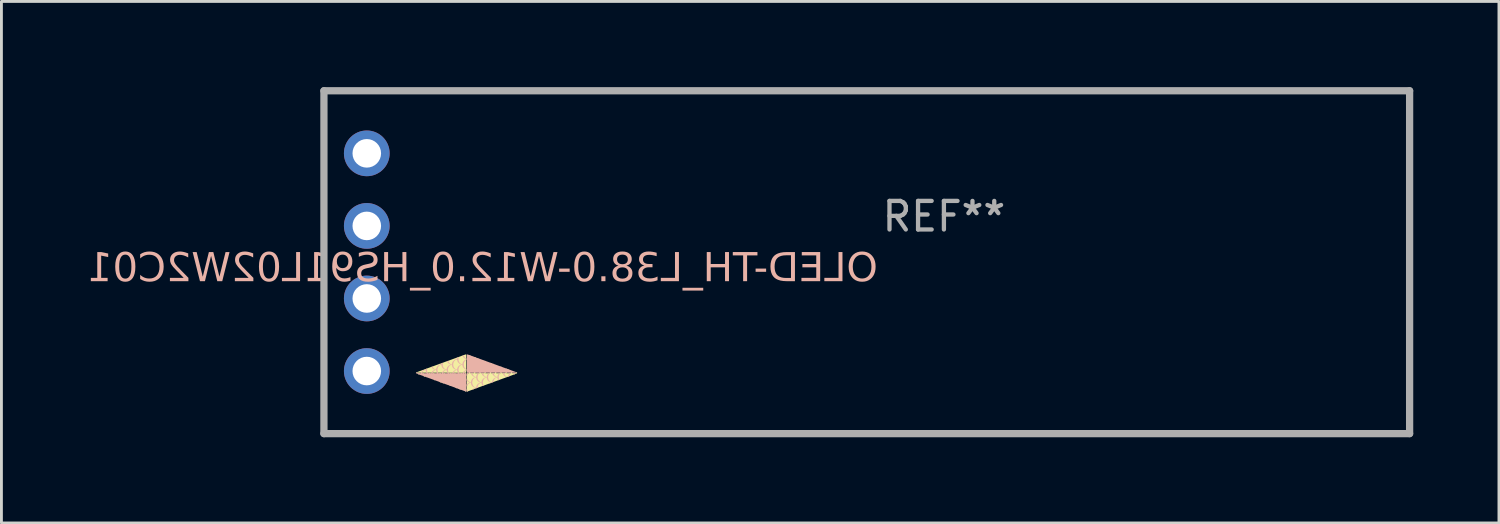
<source format=kicad_pcb>
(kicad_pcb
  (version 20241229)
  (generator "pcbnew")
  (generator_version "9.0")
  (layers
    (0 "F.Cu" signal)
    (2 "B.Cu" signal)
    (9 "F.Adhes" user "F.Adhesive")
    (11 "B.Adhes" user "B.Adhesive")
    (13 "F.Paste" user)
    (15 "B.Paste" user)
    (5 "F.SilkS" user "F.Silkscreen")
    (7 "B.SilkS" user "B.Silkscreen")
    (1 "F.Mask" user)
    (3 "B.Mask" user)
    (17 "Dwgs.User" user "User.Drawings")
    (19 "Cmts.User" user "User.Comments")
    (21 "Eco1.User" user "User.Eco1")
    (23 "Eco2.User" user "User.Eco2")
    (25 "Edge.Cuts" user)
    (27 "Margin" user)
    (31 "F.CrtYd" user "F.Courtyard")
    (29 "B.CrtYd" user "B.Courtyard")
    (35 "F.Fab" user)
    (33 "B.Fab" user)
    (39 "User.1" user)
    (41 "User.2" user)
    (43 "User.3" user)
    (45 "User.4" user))
  (footprint "OLED-TH_L38.0-W12.0_HS91L02W2C01"
    (layer "F.Cu")
    (at 9.788 6.127)
    (property "Reference" "OLED-TH_L38.0-W12.0_HS91L02W2C01" (at 4.05 0.25 0) (layer "B.SilkS") (effects (font (face "Anko Personal Use SemBd") (size 1 1) (thickness 0.15)) (justify mirror)))
    (attr through_hole)
    (fp_poly (pts (xy 1.75 3.85) (xy 1.802 3.831) (xy 1.889 3.799) (xy 2.067 3.734) (xy 2.243 3.67) (xy 2.325 3.641) (xy 2.355 3.63) (xy 2.37 3.624) (xy 2.415 3.607) (xy 2.498 3.577) (xy 2.69 3.508) (xy 2.762 3.481) (xy 2.817 3.461) (xy 3.148 3.341) (xy 3.356 3.265) (xy 3.423 3.241) (xy 3.452 3.231) (xy 3.469 3.226) (xy 3.476 3.229) (xy 3.484 3.232) (xy 3.484 3.861) (xy 3.478 3.866) (xy 3.471 3.871) (xy 2.597 3.87) (xy 1.722 3.869) (xy 1.722 3.861)) (stroke (width -0.000001) (type solid)) (fill yes) (layer "F.SilkS"))
    (fp_poly (pts (xy 1.803 3.902) (xy 1.809 3.885) (xy 1.829 3.885) (xy 1.849 3.885) (xy 1.849 3.895) (xy 1.849 3.896) (xy 1.849 3.898) (xy 1.849 3.899) (xy 1.849 3.9) (xy 1.849 3.902) (xy 1.848 3.903) (xy 1.848 3.905) (xy 1.848 3.906) (xy 1.847 3.908) (xy 1.847 3.909) (xy 1.846 3.911) (xy 1.846 3.912) (xy 1.845 3.913) (xy 1.845 3.915) (xy 1.844 3.916) (xy 1.843 3.917) (xy 1.837 3.929) (xy 1.822 3.928) (xy 1.807 3.927) (xy 1.802 3.923) (xy 1.798 3.918)) (stroke (width -0.000001) (type solid)) (fill yes) (layer "F.SilkS"))
    (fp_poly (pts (xy 3.46 3.885) (xy 3.47 3.894) (xy 3.481 3.902) (xy 3.482 3.934) (xy 3.484 3.966) (xy 3.48 3.975) (xy 3.476 3.984) (xy 3.468 3.96) (xy 3.46 3.935) (xy 3.444 3.915) (xy 3.442 3.913) (xy 3.441 3.911) (xy 3.438 3.906) (xy 3.435 3.902) (xy 3.434 3.901) (xy 3.433 3.899) (xy 3.432 3.897) (xy 3.431 3.896) (xy 3.43 3.894) (xy 3.43 3.893) (xy 3.429 3.892) (xy 3.429 3.891) (xy 3.428 3.89) (xy 3.428 3.89) (xy 3.428 3.89) (xy 3.428 3.885)) (stroke (width -0.000001) (type solid)) (fill yes) (layer "F.SilkS"))
    (fp_poly (pts (xy 3.45 4.5) (xy 3.452 4.497) (xy 3.454 4.492) (xy 3.457 4.488) (xy 3.459 4.483) (xy 3.462 4.477) (xy 3.464 4.472) (xy 3.466 4.467) (xy 3.468 4.462) (xy 3.476 4.44) (xy 3.48 4.446) (xy 3.484 4.452) (xy 3.484 4.482) (xy 3.484 4.512) (xy 3.479 4.52) (xy 3.474 4.528) (xy 3.466 4.528) (xy 3.465 4.528) (xy 3.464 4.528) (xy 3.463 4.528) (xy 3.462 4.528) (xy 3.461 4.528) (xy 3.46 4.527) (xy 3.459 4.527) (xy 3.458 4.527) (xy 3.457 4.526) (xy 3.455 4.526) (xy 3.454 4.525) (xy 3.453 4.525) (xy 3.452 4.524) (xy 3.451 4.523) (xy 3.45 4.523) (xy 3.449 4.522) (xy 3.441 4.516)) (stroke (width -0.000001) (type solid)) (fill yes) (layer "F.SilkS"))
    (fp_poly (pts (xy 3.515 3.368) (xy 3.541 3.35) (xy 3.556 3.328) (xy 3.559 3.323) (xy 3.562 3.318) (xy 3.566 3.312) (xy 3.569 3.306) (xy 3.572 3.3) (xy 3.575 3.295) (xy 3.577 3.289) (xy 3.579 3.284) (xy 3.581 3.28) (xy 3.582 3.275) (xy 3.584 3.271) (xy 3.586 3.268) (xy 3.587 3.265) (xy 3.588 3.262) (xy 3.589 3.261) (xy 3.589 3.26) (xy 3.59 3.259) (xy 3.59 3.259) (xy 3.593 3.255) (xy 3.61 3.261) (xy 3.627 3.266) (xy 3.627 3.276) (xy 3.627 3.285) (xy 3.615 3.306) (xy 3.613 3.311) (xy 3.61 3.315) (xy 3.607 3.32) (xy 3.603 3.325) (xy 3.6 3.329) (xy 3.597 3.333) (xy 3.594 3.337) (xy 3.592 3.339) (xy 3.591 3.34) (xy 3.588 3.343) (xy 3.585 3.346) (xy 3.581 3.35) (xy 3.577 3.353) (xy 3.573 3.357) (xy 3.568 3.36) (xy 3.564 3.363) (xy 3.56 3.366) (xy 3.556 3.369) (xy 3.551 3.372) (xy 3.546 3.375) (xy 3.541 3.378) (xy 3.535 3.38) (xy 3.53 3.383) (xy 3.524 3.385) (xy 3.52 3.387) (xy 3.497 3.396) (xy 3.493 3.391) (xy 3.488 3.387)) (stroke (width -0.000001) (type solid)) (fill yes) (layer "F.SilkS"))
    (fp_poly (pts (xy 2.076 4.019) (xy 2.077 4.019) (xy 2.077 4.018) (xy 2.077 4.018) (xy 2.078 4.017) (xy 2.079 4.016) (xy 2.08 4.014) (xy 2.082 4.013) (xy 2.083 4.012) (xy 2.086 4.009) (xy 2.09 4.006) (xy 2.095 4.003) (xy 2.099 4) (xy 2.122 3.984) (xy 2.137 3.966) (xy 2.141 3.962) (xy 2.144 3.957) (xy 2.147 3.952) (xy 2.151 3.948) (xy 2.154 3.943) (xy 2.156 3.939) (xy 2.159 3.935) (xy 2.16 3.933) (xy 2.161 3.931) (xy 2.162 3.927) (xy 2.164 3.924) (xy 2.168 3.915) (xy 2.169 3.911) (xy 2.171 3.907) (xy 2.173 3.903) (xy 2.174 3.9) (xy 2.18 3.884) (xy 2.201 3.886) (xy 2.222 3.887) (xy 2.223 3.892) (xy 2.223 3.892) (xy 2.223 3.893) (xy 2.223 3.894) (xy 2.222 3.896) (xy 2.221 3.899) (xy 2.22 3.903) (xy 2.218 3.907) (xy 2.216 3.912) (xy 2.214 3.917) (xy 2.212 3.922) (xy 2.199 3.947) (xy 2.175 3.972) (xy 2.151 3.996) (xy 2.126 4.007) (xy 2.121 4.01) (xy 2.116 4.012) (xy 2.11 4.014) (xy 2.105 4.016) (xy 2.1 4.018) (xy 2.096 4.019) (xy 2.092 4.02) (xy 2.089 4.021) (xy 2.076 4.024) (xy 2.076 4.02)) (stroke (width -0.000001) (type solid)) (fill yes) (layer "F.SilkS"))
    (fp_poly (pts (xy 1.977 3.885) (xy 1.987 3.892) (xy 1.988 3.893) (xy 1.99 3.894) (xy 1.991 3.895) (xy 1.992 3.896) (xy 1.995 3.899) (xy 1.999 3.903) (xy 2.002 3.907) (xy 2.005 3.911) (xy 2.008 3.915) (xy 2.011 3.919) (xy 2.025 3.939) (xy 2.034 3.967) (xy 2.034 3.967) (xy 2.036 3.973) (xy 2.038 3.979) (xy 2.04 3.984) (xy 2.041 3.989) (xy 2.042 3.993) (xy 2.043 3.996) (xy 2.044 3.999) (xy 2.044 4) (xy 2.044 4) (xy 2.044 4) (xy 2.044 4.001) (xy 2.044 4.001) (xy 2.044 4.001) (xy 2.044 4.002) (xy 2.044 4.002) (xy 2.044 4.003) (xy 2.043 4.003) (xy 2.043 4.004) (xy 2.043 4.004) (xy 2.043 4.004) (xy 2.042 4.005) (xy 2.042 4.005) (xy 2.042 4.006) (xy 2.042 4.006) (xy 2.041 4.006) (xy 2.041 4.006) (xy 2.041 4.006) (xy 2.041 4.007) (xy 2.041 4.007) (xy 2.041 4.007) (xy 2.04 4.007) (xy 2.039 4.007) (xy 2.039 4.007) (xy 2.038 4.007) (xy 2.036 4.007) (xy 2.035 4.007) (xy 2.032 4.006) (xy 2.029 4.005) (xy 2.025 4.004) (xy 2.021 4.003) (xy 2.017 4.001) (xy 1.997 3.994) (xy 1.986 3.964) (xy 1.975 3.934) (xy 1.961 3.914) (xy 1.958 3.91) (xy 1.955 3.906) (xy 1.953 3.902) (xy 1.952 3.9) (xy 1.951 3.898) (xy 1.95 3.897) (xy 1.949 3.895) (xy 1.948 3.894) (xy 1.948 3.893) (xy 1.947 3.892) (xy 1.947 3.891) (xy 1.947 3.89) (xy 1.947 3.89) (xy 1.947 3.889) (xy 1.947 3.885)) (stroke (width -0.000001) (type solid)) (fill yes) (layer "F.SilkS"))
    (fp_poly (pts (xy 2.351 3.885) (xy 2.368 3.903) (xy 2.385 3.92) (xy 2.397 3.947) (xy 2.41 3.974) (xy 2.413 3.995) (xy 2.416 4.015) (xy 2.422 4.018) (xy 2.429 4.02) (xy 2.453 4.009) (xy 2.476 3.998) (xy 2.498 3.977) (xy 2.519 3.955) (xy 2.53 3.933) (xy 2.532 3.928) (xy 2.534 3.923) (xy 2.537 3.918) (xy 2.538 3.914) (xy 2.54 3.909) (xy 2.542 3.905) (xy 2.543 3.902) (xy 2.544 3.899) (xy 2.547 3.887) (xy 2.567 3.886) (xy 2.587 3.884) (xy 2.591 3.889) (xy 2.596 3.893) (xy 2.583 3.92) (xy 2.57 3.947) (xy 2.547 3.971) (xy 2.523 3.994) (xy 2.498 4.006) (xy 2.492 4.009) (xy 2.487 4.011) (xy 2.477 4.016) (xy 2.473 4.017) (xy 2.469 4.019) (xy 2.466 4.02) (xy 2.464 4.021) (xy 2.455 4.024) (xy 2.458 4.027) (xy 2.458 4.028) (xy 2.459 4.028) (xy 2.459 4.029) (xy 2.46 4.029) (xy 2.463 4.031) (xy 2.466 4.032) (xy 2.47 4.034) (xy 2.474 4.036) (xy 2.479 4.038) (xy 2.484 4.04) (xy 2.507 4.049) (xy 2.529 4.066) (xy 2.551 4.082) (xy 2.568 4.107) (xy 2.584 4.132) (xy 2.592 4.156) (xy 2.594 4.161) (xy 2.595 4.166) (xy 2.596 4.171) (xy 2.597 4.175) (xy 2.598 4.18) (xy 2.599 4.183) (xy 2.599 4.186) (xy 2.6 4.188) (xy 2.6 4.189) (xy 2.6 4.19) (xy 2.6 4.19) (xy 2.6 4.191) (xy 2.6 4.193) (xy 2.6 4.194) (xy 2.6 4.195) (xy 2.601 4.196) (xy 2.601 4.197) (xy 2.601 4.198) (xy 2.601 4.199) (xy 2.602 4.2) (xy 2.602 4.201) (xy 2.602 4.201) (xy 2.603 4.202) (xy 2.603 4.203) (xy 2.604 4.204) (xy 2.608 4.21) (xy 2.636 4.195) (xy 2.665 4.181) (xy 2.684 4.162) (xy 2.702 4.142) (xy 2.729 4.09) (xy 2.735 4.059) (xy 2.74 4.028) (xy 2.735 3.997) (xy 2.73 3.966) (xy 2.72 3.945) (xy 2.718 3.94) (xy 2.716 3.936) (xy 2.713 3.931) (xy 2.71 3.926) (xy 2.708 3.921) (xy 2.705 3.916) (xy 2.702 3.912) (xy 2.699 3.908) (xy 2.698 3.907) (xy 2.697 3.905) (xy 2.695 3.902) (xy 2.694 3.9) (xy 2.693 3.899) (xy 2.692 3.897) (xy 2.691 3.896) (xy 2.69 3.895) (xy 2.69 3.893) (xy 2.689 3.892) (xy 2.688 3.891) (xy 2.688 3.89) (xy 2.688 3.89) (xy 2.688 3.889) (xy 2.688 3.889) (xy 2.688 3.889) (xy 2.688 3.885) (xy 2.719 3.885) (xy 2.732 3.896) (xy 2.745 3.907) (xy 2.761 3.932) (xy 2.776 3.958) (xy 2.782 3.987) (xy 2.788 4.017) (xy 2.803 4.02) (xy 2.825 4.008) (xy 2.848 3.996) (xy 2.87 3.975) (xy 2.891 3.954) (xy 2.903 3.928) (xy 2.908 3.917) (xy 2.912 3.907) (xy 2.916 3.899) (xy 2.918 3.896) (xy 2.919 3.894) (xy 2.922 3.887) (xy 2.963 3.887) (xy 2.961 3.899) (xy 2.961 3.9) (xy 2.961 3.902) (xy 2.96 3.903) (xy 2.96 3.905) (xy 2.959 3.909) (xy 2.957 3.913) (xy 2.955 3.918) (xy 2.953 3.923) (xy 2.95 3.928) (xy 2.948 3.932) (xy 2.936 3.955) (xy 2.913 3.976) (xy 2.891 3.997) (xy 2.867 4.007) (xy 2.857 4.012) (xy 2.847 4.016) (xy 2.84 4.019) (xy 2.837 4.02) (xy 2.835 4.021) (xy 2.834 4.021) (xy 2.833 4.021) (xy 2.832 4.022) (xy 2.831 4.022) (xy 2.831 4.023) (xy 2.83 4.023) (xy 2.829 4.023) (xy 2.829 4.024) (xy 2.828 4.024) (xy 2.828 4.025) (xy 2.828 4.025) (xy 2.828 4.025) (xy 2.827 4.025) (xy 2.827 4.025) (xy 2.827 4.026) (xy 2.827 4.026) (xy 2.827 4.026) (xy 2.827 4.026) (xy 2.827 4.027) (xy 2.827 4.027) (xy 2.826 4.027) (xy 2.826 4.027) (xy 2.826 4.027) (xy 2.826 4.031) (xy 2.846 4.037) (xy 2.866 4.042) (xy 2.894 4.062) (xy 2.922 4.083) (xy 2.96 4.14) (xy 2.965 4.166) (xy 2.967 4.177) (xy 2.97 4.187) (xy 2.97 4.191) (xy 2.971 4.194) (xy 2.972 4.197) (xy 2.972 4.199) (xy 2.974 4.204) (xy 2.994 4.204) (xy 3.014 4.192) (xy 3.017 4.191) (xy 3.019 4.189) (xy 3.024 4.186) (xy 3.029 4.182) (xy 3.035 4.178) (xy 3.041 4.173) (xy 3.046 4.169) (xy 3.051 4.164) (xy 3.055 4.16) (xy 3.076 4.139) (xy 3.088 4.115) (xy 3.1 4.09) (xy 3.105 4.06) (xy 3.11 4.029) (xy 3.105 3.997) (xy 3.1 3.964) (xy 3.088 3.94) (xy 3.085 3.935) (xy 3.083 3.929) (xy 3.08 3.924) (xy 3.077 3.919) (xy 3.074 3.915) (xy 3.071 3.911) (xy 3.07 3.909) (xy 3.069 3.908) (xy 3.068 3.907) (xy 3.067 3.905) (xy 3.066 3.904) (xy 3.065 3.903) (xy 3.064 3.902) (xy 3.063 3.901) (xy 3.063 3.9) (xy 3.062 3.899) (xy 3.061 3.898) (xy 3.061 3.897) (xy 3.06 3.896) (xy 3.059 3.895) (xy 3.059 3.894) (xy 3.059 3.893) (xy 3.058 3.892) (xy 3.058 3.892) (xy 3.058 3.891) (xy 3.058 3.891) (xy 3.058 3.89) (xy 3.058 3.885) (xy 3.094 3.885) (xy 3.111 3.905) (xy 3.115 3.909) (xy 3.118 3.914) (xy 3.122 3.918) (xy 3.126 3.923) (xy 3.129 3.928) (xy 3.132 3.933) (xy 3.134 3.937) (xy 3.135 3.939) (xy 3.136 3.94) (xy 3.138 3.944) (xy 3.14 3.949) (xy 3.142 3.954) (xy 3.144 3.959) (xy 3.146 3.965) (xy 3.148 3.971) (xy 3.149 3.977) (xy 3.15 3.982) (xy 3.153 3.993) (xy 3.155 4.002) (xy 3.157 4.009) (xy 3.158 4.014) (xy 3.16 4.02) (xy 3.174 4.018) (xy 3.188 4.015) (xy 3.213 3.998) (xy 3.239 3.981) (xy 3.257 3.956) (xy 3.275 3.93) (xy 3.281 3.913) (xy 3.282 3.91) (xy 3.283 3.906) (xy 3.284 3.903) (xy 3.286 3.9) (xy 3.287 3.897) (xy 3.288 3.896) (xy 3.288 3.894) (xy 3.289 3.893) (xy 3.29 3.892) (xy 3.29 3.891) (xy 3.291 3.891) (xy 3.295 3.885) (xy 3.331 3.885) (xy 3.333 3.889) (xy 3.336 3.894) (xy 3.325 3.918) (xy 3.314 3.943) (xy 3.292 3.967) (xy 3.27 3.991) (xy 3.242 4.005) (xy 3.236 4.007) (xy 3.23 4.01) (xy 3.219 4.015) (xy 3.214 4.017) (xy 3.21 4.019) (xy 3.207 4.02) (xy 3.205 4.021) (xy 3.196 4.024) (xy 3.199 4.028) (xy 3.199 4.028) (xy 3.2 4.029) (xy 3.201 4.03) (xy 3.201 4.03) (xy 3.203 4.031) (xy 3.204 4.032) (xy 3.207 4.033) (xy 3.21 4.035) (xy 3.214 4.036) (xy 3.218 4.038) (xy 3.222 4.039) (xy 3.224 4.04) (xy 3.227 4.041) (xy 3.232 4.043) (xy 3.237 4.046) (xy 3.243 4.048) (xy 3.248 4.051) (xy 3.254 4.054) (xy 3.259 4.058) (xy 3.263 4.061) (xy 3.284 4.075) (xy 3.301 4.095) (xy 3.304 4.099) (xy 3.308 4.104) (xy 3.311 4.109) (xy 3.314 4.114) (xy 3.318 4.119) (xy 3.321 4.124) (xy 3.323 4.129) (xy 3.324 4.131) (xy 3.325 4.133) (xy 3.327 4.137) (xy 3.328 4.142) (xy 3.33 4.147) (xy 3.332 4.153) (xy 3.334 4.159) (xy 3.335 4.165) (xy 3.337 4.171) (xy 3.338 4.177) (xy 3.344 4.202) (xy 3.359 4.201) (xy 3.373 4.201) (xy 3.399 4.184) (xy 3.424 4.167) (xy 3.44 4.145) (xy 3.456 4.123) (xy 3.466 4.096) (xy 3.477 4.068) (xy 3.48 4.08) (xy 3.48 4.082) (xy 3.481 4.086) (xy 3.482 4.09) (xy 3.482 4.094) (xy 3.483 4.099) (xy 3.483 4.103) (xy 3.483 4.108) (xy 3.483 4.113) (xy 3.484 4.134) (xy 3.48 4.146) (xy 3.475 4.157) (xy 3.456 4.172) (xy 3.437 4.187) (xy 3.411 4.198) (xy 3.384 4.209) (xy 3.385 4.212) (xy 3.385 4.213) (xy 3.386 4.213) (xy 3.386 4.214) (xy 3.387 4.215) (xy 3.39 4.216) (xy 3.394 4.218) (xy 3.398 4.22) (xy 3.403 4.222) (xy 3.408 4.224) (xy 3.414 4.227) (xy 3.441 4.237) (xy 3.463 4.257) (xy 3.484 4.277) (xy 3.484 4.309) (xy 3.483 4.315) (xy 3.483 4.322) (xy 3.483 4.328) (xy 3.483 4.333) (xy 3.482 4.338) (xy 3.482 4.342) (xy 3.481 4.344) (xy 3.481 4.345) (xy 3.481 4.346) (xy 3.481 4.347) (xy 3.478 4.354) (xy 3.461 4.317) (xy 3.444 4.281) (xy 3.424 4.262) (xy 3.404 4.242) (xy 3.382 4.23) (xy 3.359 4.218) (xy 3.351 4.219) (xy 3.343 4.221) (xy 3.337 4.25) (xy 3.331 4.28) (xy 3.316 4.305) (xy 3.301 4.33) (xy 3.28 4.349) (xy 3.259 4.368) (xy 3.236 4.378) (xy 3.231 4.38) (xy 3.226 4.383) (xy 3.222 4.385) (xy 3.217 4.387) (xy 3.213 4.388) (xy 3.209 4.39) (xy 3.206 4.391) (xy 3.204 4.392) (xy 3.195 4.395) (xy 3.2 4.398) (xy 3.2 4.399) (xy 3.201 4.399) (xy 3.203 4.4) (xy 3.205 4.402) (xy 3.208 4.403) (xy 3.212 4.405) (xy 3.216 4.407) (xy 3.22 4.408) (xy 3.224 4.41) (xy 3.229 4.412) (xy 3.234 4.414) (xy 3.239 4.417) (xy 3.244 4.42) (xy 3.25 4.423) (xy 3.255 4.426) (xy 3.26 4.429) (xy 3.265 4.432) (xy 3.267 4.433) (xy 3.269 4.435) (xy 3.271 4.436) (xy 3.273 4.438) (xy 3.275 4.439) (xy 3.277 4.441) (xy 3.278 4.443) (xy 3.28 4.444) (xy 3.282 4.446) (xy 3.283 4.447) (xy 3.285 4.449) (xy 3.286 4.45) (xy 3.287 4.451) (xy 3.288 4.452) (xy 3.289 4.454) (xy 3.29 4.455) (xy 3.294 4.464) (xy 3.29 4.464) (xy 3.289 4.464) (xy 3.288 4.464) (xy 3.286 4.463) (xy 3.284 4.462) (xy 3.281 4.461) (xy 3.277 4.46) (xy 3.273 4.459) (xy 3.269 4.458) (xy 3.265 4.456) (xy 3.263 4.455) (xy 3.261 4.454) (xy 3.256 4.452) (xy 3.251 4.45) (xy 3.246 4.447) (xy 3.241 4.444) (xy 3.237 4.441) (xy 3.232 4.438) (xy 3.23 4.437) (xy 3.229 4.435) (xy 3.225 4.433) (xy 3.22 4.43) (xy 3.216 4.426) (xy 3.21 4.423) (xy 3.205 4.42) (xy 3.2 4.417) (xy 3.195 4.414) (xy 3.191 4.412) (xy 3.173 4.404) (xy 3.173 4.39) (xy 3.202 4.375) (xy 3.23 4.36) (xy 3.246 4.341) (xy 3.262 4.323) (xy 3.274 4.298) (xy 3.276 4.293) (xy 3.278 4.287) (xy 3.281 4.281) (xy 3.283 4.275) (xy 3.285 4.269) (xy 3.287 4.263) (xy 3.288 4.258) (xy 3.289 4.254) (xy 3.289 4.254) (xy 3.29 4.25) (xy 3.291 4.245) (xy 3.291 4.24) (xy 3.292 4.234) (xy 3.293 4.229) (xy 3.293 4.224) (xy 3.293 4.219) (xy 3.294 4.215) (xy 3.294 4.211) (xy 3.293 4.206) (xy 3.293 4.2) (xy 3.292 4.194) (xy 3.292 4.188) (xy 3.291 4.182) (xy 3.29 4.176) (xy 3.289 4.171) (xy 3.284 4.147) (xy 3.271 4.121) (xy 3.258 4.095) (xy 3.235 4.074) (xy 3.212 4.052) (xy 3.192 4.042) (xy 3.173 4.033) (xy 3.166 4.034) (xy 3.158 4.035) (xy 3.152 4.064) (xy 3.146 4.094) (xy 3.132 4.119) (xy 3.118 4.144) (xy 3.096 4.163) (xy 3.074 4.183) (xy 3.051 4.193) (xy 3.041 4.197) (xy 3.032 4.201) (xy 3.024 4.204) (xy 3.021 4.206) (xy 3.019 4.206) (xy 3.009 4.21) (xy 3.018 4.216) (xy 3.019 4.217) (xy 3.02 4.218) (xy 3.021 4.218) (xy 3.022 4.219) (xy 3.023 4.219) (xy 3.025 4.22) (xy 3.026 4.22) (xy 3.027 4.221) (xy 3.028 4.221) (xy 3.029 4.222) (xy 3.03 4.222) (xy 3.031 4.222) (xy 3.032 4.223) (xy 3.033 4.223) (xy 3.034 4.223) (xy 3.035 4.223) (xy 3.043 4.223) (xy 3.07 4.241) (xy 3.097 4.258) (xy 3.11 4.273) (xy 3.113 4.277) (xy 3.116 4.281) (xy 3.119 4.285) (xy 3.123 4.29) (xy 3.126 4.295) (xy 3.129 4.3) (xy 3.132 4.304) (xy 3.135 4.309) (xy 3.146 4.329) (xy 3.152 4.358) (xy 3.158 4.387) (xy 3.166 4.389) (xy 3.173 4.39) (xy 3.173 4.404) (xy 3.169 4.402) (xy 3.158 4.408) (xy 3.147 4.414) (xy 3.129 4.407) (xy 3.111 4.4) (xy 3.105 4.366) (xy 3.099 4.333) (xy 3.086 4.307) (xy 3.073 4.281) (xy 3.055 4.262) (xy 3.037 4.244) (xy 3.011 4.23) (xy 2.985 4.217) (xy 2.978 4.22) (xy 2.97 4.223) (xy 2.97 4.234) (xy 2.97 4.235) (xy 2.97 4.237) (xy 2.969 4.24) (xy 2.969 4.244) (xy 2.968 4.249) (xy 2.967 4.254) (xy 2.965 4.258) (xy 2.964 4.263) (xy 2.963 4.268) (xy 2.961 4.273) (xy 2.959 4.278) (xy 2.956 4.284) (xy 2.954 4.289) (xy 2.951 4.295) (xy 2.948 4.3) (xy 2.946 4.305) (xy 2.943 4.31) (xy 2.931 4.329) (xy 2.921 4.329) (xy 2.92 4.329) (xy 2.919 4.329) (xy 2.918 4.329) (xy 2.917 4.329) (xy 2.916 4.329) (xy 2.914 4.328) (xy 2.913 4.328) (xy 2.912 4.328) (xy 2.911 4.327) (xy 2.909 4.327) (xy 2.908 4.326) (xy 2.907 4.326) (xy 2.906 4.325) (xy 2.905 4.325) (xy 2.904 4.324) (xy 2.903 4.323) (xy 2.895 4.317) (xy 2.902 4.303) (xy 2.904 4.299) (xy 2.906 4.295) (xy 2.908 4.289) (xy 2.91 4.283) (xy 2.912 4.277) (xy 2.914 4.27) (xy 2.916 4.263) (xy 2.917 4.257) (xy 2.925 4.225) (xy 2.922 4.197) (xy 2.921 4.191) (xy 2.92 4.184) (xy 2.919 4.177) (xy 2.918 4.17) (xy 2.916 4.163) (xy 2.915 4.157) (xy 2.913 4.151) (xy 2.911 4.146) (xy 2.91 4.141) (xy 2.907 4.135) (xy 2.904 4.129) (xy 2.901 4.123) (xy 2.898 4.117) (xy 2.895 4.111) (xy 2.892 4.105) (xy 2.888 4.1) (xy 2.873 4.077) (xy 2.852 4.062) (xy 2.848 4.058) (xy 2.843 4.055) (xy 2.838 4.052) (xy 2.833 4.049) (xy 2.828 4.046) (xy 2.823 4.044) (xy 2.818 4.041) (xy 2.815 4.04) (xy 2.798 4.033) (xy 2.792 4.035) (xy 2.786 4.037) (xy 2.783 4.058) (xy 2.78 4.078) (xy 2.769 4.104) (xy 2.758 4.13) (xy 2.736 4.153) (xy 2.714 4.176) (xy 2.686 4.19) (xy 2.681 4.193) (xy 2.675 4.196) (xy 2.67 4.198) (xy 2.665 4.2) (xy 2.66 4.202) (xy 2.659 4.203) (xy 2.657 4.203) (xy 2.655 4.204) (xy 2.654 4.204) (xy 2.653 4.204) (xy 2.652 4.204) (xy 2.652 4.204) (xy 2.652 4.204) (xy 2.651 4.204) (xy 2.65 4.205) (xy 2.65 4.205) (xy 2.649 4.205) (xy 2.649 4.205) (xy 2.648 4.205) (xy 2.647 4.206) (xy 2.647 4.206) (xy 2.646 4.206) (xy 2.646 4.207) (xy 2.645 4.207) (xy 2.645 4.207) (xy 2.645 4.208) (xy 2.644 4.208) (xy 2.644 4.208) (xy 2.644 4.208) (xy 2.644 4.208) (xy 2.644 4.209) (xy 2.641 4.213) (xy 2.671 4.227) (xy 2.701 4.241) (xy 2.701 4.251) (xy 2.67 4.239) (xy 2.655 4.233) (xy 2.637 4.226) (xy 2.617 4.219) (xy 2.6 4.213) (xy 2.56 4.2) (xy 2.555 4.193) (xy 2.554 4.192) (xy 2.554 4.191) (xy 2.553 4.19) (xy 2.553 4.188) (xy 2.552 4.186) (xy 2.55 4.182) (xy 2.549 4.178) (xy 2.548 4.175) (xy 2.547 4.171) (xy 2.547 4.167) (xy 2.544 4.148) (xy 2.532 4.123) (xy 2.52 4.098) (xy 2.497 4.076) (xy 2.474 4.053) (xy 2.452 4.042) (xy 2.429 4.032) (xy 2.422 4.034) (xy 2.416 4.037) (xy 2.412 4.059) (xy 2.409 4.082) (xy 2.398 4.106) (xy 2.386 4.13) (xy 2.365 4.13) (xy 2.356 4.124) (xy 2.348 4.117) (xy 2.356 4.092) (xy 2.357 4.086) (xy 2.359 4.08) (xy 2.361 4.073) (xy 2.362 4.066) (xy 2.364 4.06) (xy 2.365 4.054) (xy 2.366 4.048) (xy 2.367 4.043) (xy 2.369 4.019) (xy 2.364 3.99) (xy 2.358 3.961) (xy 2.347 3.938) (xy 2.344 3.933) (xy 2.341 3.928) (xy 2.339 3.924) (xy 2.336 3.919) (xy 2.333 3.915) (xy 2.33 3.911) (xy 2.329 3.909) (xy 2.328 3.908) (xy 2.327 3.907) (xy 2.326 3.905) (xy 2.325 3.904) (xy 2.324 3.903) (xy 2.323 3.902) (xy 2.323 3.901) (xy 2.322 3.9) (xy 2.321 3.899) (xy 2.32 3.898) (xy 2.32 3.897) (xy 2.319 3.896) (xy 2.319 3.895) (xy 2.318 3.894) (xy 2.318 3.893) (xy 2.318 3.892) (xy 2.317 3.892) (xy 2.317 3.891) (xy 2.317 3.891) (xy 2.317 3.89) (xy 2.317 3.885)) (stroke (width -0.000001) (type solid)) (fill yes) (layer "F.SilkS"))
    (fp_poly (pts (xy 3.493 3.773) (xy 3.5 3.77) (xy 3.524 3.779) (xy 3.547 3.788) (xy 3.569 3.805) (xy 3.592 3.822) (xy 3.606 3.842) (xy 3.619 3.861) (xy 3.62 3.872) (xy 3.62 3.883) (xy 3.749 3.883) (xy 3.751 3.873) (xy 3.751 3.871) (xy 3.752 3.867) (xy 3.753 3.863) (xy 3.755 3.857) (xy 3.759 3.845) (xy 3.761 3.838) (xy 3.764 3.832) (xy 3.775 3.799) (xy 3.775 3.773) (xy 3.776 3.746) (xy 3.77 3.722) (xy 3.765 3.697) (xy 3.754 3.675) (xy 3.743 3.653) (xy 3.702 3.612) (xy 3.679 3.6) (xy 3.674 3.598) (xy 3.669 3.596) (xy 3.665 3.594) (xy 3.66 3.592) (xy 3.657 3.591) (xy 3.655 3.59) (xy 3.653 3.59) (xy 3.652 3.589) (xy 3.651 3.589) (xy 3.65 3.589) (xy 3.649 3.589) (xy 3.642 3.589) (xy 3.639 3.608) (xy 3.638 3.613) (xy 3.637 3.618) (xy 3.635 3.623) (xy 3.634 3.629) (xy 3.632 3.635) (xy 3.63 3.641) (xy 3.628 3.647) (xy 3.626 3.652) (xy 3.617 3.677) (xy 3.591 3.705) (xy 3.566 3.733) (xy 3.539 3.746) (xy 3.512 3.76) (xy 3.493 3.76) (xy 3.493 3.756) (xy 3.493 3.755) (xy 3.493 3.755) (xy 3.493 3.755) (xy 3.494 3.754) (xy 3.494 3.753) (xy 3.495 3.752) (xy 3.496 3.752) (xy 3.497 3.751) (xy 3.498 3.75) (xy 3.499 3.749) (xy 3.5 3.748) (xy 3.502 3.747) (xy 3.503 3.746) (xy 3.504 3.745) (xy 3.506 3.744) (xy 3.507 3.743) (xy 3.509 3.741) (xy 3.511 3.74) (xy 3.513 3.739) (xy 3.515 3.738) (xy 3.517 3.736) (xy 3.522 3.732) (xy 3.527 3.728) (xy 3.532 3.723) (xy 3.537 3.718) (xy 3.541 3.713) (xy 3.546 3.708) (xy 3.567 3.685) (xy 3.577 3.659) (xy 3.587 3.633) (xy 3.589 3.592) (xy 3.591 3.552) (xy 3.583 3.525) (xy 3.576 3.499) (xy 3.543 3.449) (xy 3.518 3.431) (xy 3.515 3.429) (xy 3.513 3.427) (xy 3.511 3.425) (xy 3.508 3.423) (xy 3.506 3.421) (xy 3.504 3.42) (xy 3.502 3.418) (xy 3.5 3.416) (xy 3.499 3.415) (xy 3.497 3.414) (xy 3.496 3.412) (xy 3.495 3.411) (xy 3.494 3.41) (xy 3.494 3.409) (xy 3.493 3.409) (xy 3.493 3.408) (xy 3.493 3.408) (xy 3.493 3.408) (xy 3.493 3.403) (xy 3.499 3.403) (xy 3.5 3.403) (xy 3.501 3.404) (xy 3.504 3.405) (xy 3.509 3.406) (xy 3.513 3.408) (xy 3.519 3.411) (xy 3.525 3.413) (xy 3.532 3.416) (xy 3.538 3.42) (xy 3.571 3.436) (xy 3.59 3.457) (xy 3.609 3.478) (xy 3.623 3.507) (xy 3.626 3.513) (xy 3.628 3.519) (xy 3.631 3.524) (xy 3.633 3.53) (xy 3.634 3.535) (xy 3.635 3.537) (xy 3.636 3.539) (xy 3.636 3.541) (xy 3.636 3.542) (xy 3.637 3.544) (xy 3.637 3.545) (xy 3.637 3.547) (xy 3.637 3.549) (xy 3.637 3.552) (xy 3.638 3.554) (xy 3.638 3.557) (xy 3.638 3.56) (xy 3.639 3.562) (xy 3.64 3.564) (xy 3.642 3.575) (xy 3.651 3.575) (xy 3.652 3.575) (xy 3.653 3.575) (xy 3.655 3.574) (xy 3.656 3.574) (xy 3.658 3.574) (xy 3.659 3.573) (xy 3.663 3.572) (xy 3.667 3.57) (xy 3.671 3.569) (xy 3.675 3.567) (xy 3.679 3.565) (xy 3.681 3.564) (xy 3.683 3.563) (xy 3.688 3.56) (xy 3.693 3.556) (xy 3.698 3.553) (xy 3.704 3.549) (xy 3.709 3.545) (xy 3.714 3.54) (xy 3.719 3.536) (xy 3.739 3.517) (xy 3.751 3.494) (xy 3.754 3.489) (xy 3.756 3.483) (xy 3.759 3.477) (xy 3.761 3.471) (xy 3.764 3.464) (xy 3.766 3.458) (xy 3.768 3.453) (xy 3.769 3.447) (xy 3.775 3.424) (xy 3.775 3.396) (xy 3.775 3.369) (xy 3.769 3.346) (xy 3.762 3.324) (xy 3.768 3.322) (xy 3.775 3.319) (xy 3.796 3.329) (xy 3.817 3.338) (xy 3.82 3.361) (xy 3.823 3.385) (xy 3.828 3.389) (xy 3.834 3.394) (xy 3.865 3.379) (xy 3.895 3.365) (xy 3.903 3.368) (xy 3.911 3.371) (xy 3.905 3.378) (xy 3.899 3.385) (xy 3.881 3.39) (xy 3.88 3.391) (xy 3.878 3.391) (xy 3.876 3.392) (xy 3.874 3.393) (xy 3.873 3.393) (xy 3.871 3.394) (xy 3.87 3.394) (xy 3.869 3.395) (xy 3.868 3.395) (xy 3.867 3.396) (xy 3.866 3.396) (xy 3.865 3.397) (xy 3.864 3.397) (xy 3.864 3.398) (xy 3.864 3.398) (xy 3.864 3.398) (xy 3.864 3.398) (xy 3.864 3.398) (xy 3.863 3.398) (xy 3.864 3.399) (xy 3.864 3.399) (xy 3.865 3.4) (xy 3.866 3.4) (xy 3.868 3.402) (xy 3.872 3.404) (xy 3.876 3.405) (xy 3.881 3.408) (xy 3.886 3.41) (xy 3.892 3.412) (xy 3.92 3.423) (xy 3.947 3.448) (xy 3.974 3.473) (xy 3.988 3.501) (xy 4.002 3.53) (xy 4.005 3.552) (xy 4.008 3.575) (xy 4.029 3.575) (xy 4.049 3.563) (xy 4.051 3.562) (xy 4.054 3.561) (xy 4.059 3.558) (xy 4.064 3.554) (xy 4.069 3.55) (xy 4.074 3.546) (xy 4.079 3.542) (xy 4.084 3.538) (xy 4.086 3.536) (xy 4.088 3.534) (xy 4.107 3.516) (xy 4.122 3.488) (xy 4.125 3.482) (xy 4.128 3.477) (xy 4.131 3.471) (xy 4.134 3.467) (xy 4.136 3.463) (xy 4.137 3.461) (xy 4.138 3.46) (xy 4.139 3.459) (xy 4.14 3.458) (xy 4.14 3.457) (xy 4.141 3.457) (xy 4.141 3.457) (xy 4.145 3.454) (xy 4.159 3.459) (xy 4.174 3.464) (xy 4.174 3.48) (xy 4.16 3.501) (xy 4.147 3.522) (xy 4.126 3.54) (xy 4.104 3.557) (xy 4.078 3.568) (xy 4.051 3.579) (xy 4.05 3.584) (xy 4.048 3.589) (xy 4.054 3.589) (xy 4.055 3.589) (xy 4.056 3.589) (xy 4.059 3.59) (xy 4.062 3.591) (xy 4.067 3.592) (xy 4.071 3.594) (xy 4.077 3.597) (xy 4.082 3.599) (xy 4.088 3.602) (xy 4.116 3.615) (xy 4.136 3.635) (xy 4.14 3.64) (xy 4.145 3.645) (xy 4.149 3.65) (xy 4.154 3.656) (xy 4.158 3.661) (xy 4.162 3.666) (xy 4.165 3.671) (xy 4.167 3.674) (xy 4.168 3.676) (xy 4.179 3.696) (xy 4.187 3.727) (xy 4.195 3.758) (xy 4.204 3.759) (xy 4.214 3.76) (xy 4.243 3.74) (xy 4.273 3.721) (xy 4.29 3.697) (xy 4.308 3.674) (xy 4.316 3.651) (xy 4.324 3.628) (xy 4.324 3.575) (xy 4.324 3.523) (xy 4.338 3.526) (xy 4.339 3.526) (xy 4.341 3.526) (xy 4.342 3.527) (xy 4.344 3.527) (xy 4.345 3.528) (xy 4.347 3.528) (xy 4.35 3.53) (xy 4.354 3.531) (xy 4.355 3.532) (xy 4.357 3.532) (xy 4.358 3.533) (xy 4.359 3.534) (xy 4.36 3.534) (xy 4.362 3.535) (xy 4.372 3.542) (xy 4.375 3.558) (xy 4.378 3.575) (xy 4.388 3.575) (xy 4.389 3.574) (xy 4.39 3.574) (xy 4.392 3.574) (xy 4.393 3.574) (xy 4.394 3.574) (xy 4.396 3.573) (xy 4.397 3.573) (xy 4.399 3.572) (xy 4.4 3.572) (xy 4.402 3.571) (xy 4.403 3.571) (xy 4.405 3.57) (xy 4.406 3.57) (xy 4.407 3.569) (xy 4.409 3.568) (xy 4.41 3.568) (xy 4.411 3.567) (xy 4.412 3.566) (xy 4.414 3.566) (xy 4.415 3.565) (xy 4.416 3.565) (xy 4.418 3.564) (xy 4.419 3.564) (xy 4.42 3.563) (xy 4.422 3.563) (xy 4.423 3.562) (xy 4.424 3.562) (xy 4.425 3.562) (xy 4.427 3.561) (xy 4.428 3.561) (xy 4.429 3.561) (xy 4.429 3.561) (xy 4.438 3.561) (xy 4.438 3.565) (xy 4.438 3.566) (xy 4.438 3.566) (xy 4.437 3.566) (xy 4.437 3.567) (xy 4.437 3.568) (xy 4.436 3.568) (xy 4.435 3.569) (xy 4.435 3.57) (xy 4.434 3.57) (xy 4.433 3.571) (xy 4.432 3.572) (xy 4.431 3.573) (xy 4.43 3.574) (xy 4.429 3.574) (xy 4.427 3.575) (xy 4.426 3.576) (xy 4.425 3.577) (xy 4.412 3.583) (xy 4.431 3.591) (xy 4.435 3.592) (xy 4.439 3.594) (xy 4.448 3.598) (xy 4.458 3.602) (xy 4.462 3.604) (xy 4.465 3.606) (xy 4.482 3.614) (xy 4.505 3.637) (xy 4.528 3.66) (xy 4.541 3.687) (xy 4.553 3.713) (xy 4.556 3.735) (xy 4.559 3.756) (xy 4.565 3.758) (xy 4.571 3.761) (xy 4.592 3.751) (xy 4.613 3.742) (xy 4.661 3.698) (xy 4.672 3.676) (xy 4.683 3.653) (xy 4.688 3.653) (xy 4.688 3.653) (xy 4.689 3.654) (xy 4.69 3.654) (xy 4.691 3.654) (xy 4.693 3.655) (xy 4.695 3.655) (xy 4.698 3.657) (xy 4.701 3.658) (xy 4.704 3.659) (xy 4.706 3.66) (xy 4.708 3.661) (xy 4.709 3.662) (xy 4.71 3.663) (xy 4.712 3.663) (xy 4.713 3.664) (xy 4.714 3.665) (xy 4.715 3.666) (xy 4.716 3.666) (xy 4.717 3.667) (xy 4.718 3.668) (xy 4.718 3.668) (xy 4.719 3.669) (xy 4.719 3.669) (xy 4.719 3.669) (xy 4.72 3.67) (xy 4.72 3.67) (xy 4.72 3.67) (xy 4.72 3.67) (xy 4.72 3.67) (xy 4.72 3.671) (xy 4.72 3.671) (xy 4.72 3.672) (xy 4.719 3.672) (xy 4.719 3.673) (xy 4.718 3.675) (xy 4.717 3.678) (xy 4.715 3.681) (xy 4.713 3.684) (xy 4.711 3.687) (xy 4.708 3.691) (xy 4.707 3.693) (xy 4.706 3.694) (xy 4.704 3.696) (xy 4.702 3.698) (xy 4.699 3.703) (xy 4.695 3.707) (xy 4.691 3.711) (xy 4.687 3.715) (xy 4.685 3.717) (xy 4.683 3.718) (xy 4.681 3.72) (xy 4.679 3.721) (xy 4.676 3.724) (xy 4.671 3.727) (xy 4.667 3.731) (xy 4.662 3.734) (xy 4.658 3.737) (xy 4.654 3.74) (xy 4.65 3.742) (xy 4.646 3.745) (xy 4.644 3.746) (xy 4.642 3.747) (xy 4.638 3.749) (xy 4.634 3.751) (xy 4.63 3.752) (xy 4.626 3.754) (xy 4.622 3.755) (xy 4.62 3.756) (xy 4.618 3.757) (xy 4.616 3.757) (xy 4.614 3.758) (xy 4.599 3.761) (xy 4.601 3.765) (xy 4.601 3.766) (xy 4.601 3.766) (xy 4.602 3.767) (xy 4.603 3.768) (xy 4.605 3.769) (xy 4.606 3.77) (xy 4.61 3.772) (xy 4.614 3.774) (xy 4.618 3.776) (xy 4.623 3.778) (xy 4.629 3.781) (xy 4.655 3.791) (xy 4.676 3.809) (xy 4.697 3.826) (xy 4.71 3.844) (xy 4.722 3.862) (xy 4.722 3.872) (xy 4.723 3.883) (xy 4.852 3.883) (xy 4.853 3.873) (xy 4.853 3.872) (xy 4.853 3.871) (xy 4.854 3.868) (xy 4.855 3.864) (xy 4.856 3.86) (xy 4.858 3.855) (xy 4.86 3.851) (xy 4.862 3.846) (xy 4.864 3.841) (xy 4.875 3.818) (xy 4.876 3.774) (xy 4.877 3.765) (xy 4.877 3.756) (xy 4.878 3.749) (xy 4.879 3.742) (xy 4.879 3.736) (xy 4.88 3.733) (xy 4.88 3.731) (xy 4.88 3.73) (xy 4.881 3.728) (xy 4.881 3.727) (xy 4.881 3.727) (xy 4.881 3.727) (xy 4.884 3.723) (xy 4.904 3.732) (xy 4.923 3.741) (xy 4.926 3.751) (xy 4.929 3.761) (xy 4.947 3.758) (xy 4.965 3.754) (xy 4.965 3.767) (xy 5.026 3.793) (xy 5.049 3.814) (xy 5.051 3.816) (xy 5.053 3.818) (xy 5.058 3.823) (xy 5.063 3.828) (xy 5.068 3.833) (xy 5.072 3.838) (xy 5.076 3.842) (xy 5.077 3.845) (xy 5.079 3.847) (xy 5.08 3.848) (xy 5.081 3.85) (xy 5.091 3.866) (xy 5.089 3.874) (xy 5.088 3.883) (xy 5.152 3.884) (xy 5.216 3.885) (xy 5.218 3.877) (xy 5.219 3.875) (xy 5.219 3.873) (xy 5.22 3.871) (xy 5.221 3.869) (xy 5.222 3.867) (xy 5.223 3.865) (xy 5.224 3.863) (xy 5.224 3.862) (xy 5.228 3.855) (xy 5.241 3.856) (xy 5.242 3.856) (xy 5.244 3.856) (xy 5.245 3.856) (xy 5.246 3.857) (xy 5.248 3.857) (xy 5.249 3.857) (xy 5.25 3.857) (xy 5.252 3.858) (xy 5.253 3.858) (xy 5.254 3.859) (xy 5.255 3.859) (xy 5.256 3.86) (xy 5.257 3.86) (xy 5.257 3.86) (xy 5.258 3.861) (xy 5.259 3.861) (xy 5.263 3.866) (xy 5.257 3.874) (xy 5.25 3.882) (xy 5.256 3.884) (xy 5.256 3.884) (xy 5.257 3.884) (xy 5.257 3.884) (xy 5.258 3.884) (xy 5.258 3.885) (xy 5.259 3.885) (xy 5.259 3.885) (xy 5.26 3.886) (xy 5.26 3.886) (xy 5.26 3.886) (xy 5.261 3.887) (xy 5.261 3.887) (xy 5.261 3.887) (xy 5.261 3.887) (xy 5.261 3.887) (xy 5.261 3.888) (xy 5.261 3.888) (xy 5.262 3.888) (xy 5.262 3.888) (xy 5.262 3.888) (xy 5.262 3.888) (xy 5.262 3.889) (xy 5.262 3.889) (xy 5.262 3.889) (xy 5.261 3.89) (xy 5.259 3.891) (xy 5.251 3.894) (xy 5.223 3.905) (xy 5.182 3.921) (xy 5.131 3.94) (xy 4.97 3.999) (xy 4.97 3.885) (xy 4.987 3.885) (xy 5.002 3.885) (xy 5.017 3.885) (xy 5.029 3.884) (xy 5.039 3.884) (xy 5.047 3.884) (xy 5.052 3.883) (xy 5.053 3.883) (xy 5.053 3.883) (xy 5.053 3.883) (xy 5.053 3.882) (xy 5.053 3.882) (xy 5.052 3.88) (xy 5.051 3.877) (xy 5.049 3.873) (xy 5.044 3.864) (xy 5.037 3.853) (xy 5.021 3.826) (xy 5.003 3.809) (xy 4.999 3.806) (xy 4.994 3.802) (xy 4.989 3.798) (xy 4.984 3.795) (xy 4.979 3.791) (xy 4.974 3.788) (xy 4.97 3.786) (xy 4.968 3.784) (xy 4.966 3.783) (xy 4.964 3.782) (xy 4.962 3.781) (xy 4.96 3.78) (xy 4.958 3.78) (xy 4.956 3.779) (xy 4.954 3.778) (xy 4.952 3.777) (xy 4.95 3.777) (xy 4.948 3.776) (xy 4.947 3.775) (xy 4.945 3.775) (xy 4.943 3.775) (xy 4.942 3.774) (xy 4.941 3.774) (xy 4.94 3.774) (xy 4.939 3.774) (xy 4.93 3.774) (xy 4.924 3.8) (xy 4.918 3.827) (xy 4.907 3.849) (xy 4.906 3.851) (xy 4.905 3.853) (xy 4.904 3.855) (xy 4.902 3.857) (xy 4.901 3.859) (xy 4.9 3.861) (xy 4.899 3.863) (xy 4.898 3.865) (xy 4.897 3.866) (xy 4.896 3.868) (xy 4.895 3.869) (xy 4.894 3.87) (xy 4.893 3.871) (xy 4.893 3.872) (xy 4.892 3.873) (xy 4.892 3.873) (xy 4.891 3.873) (xy 4.891 3.874) (xy 4.89 3.874) (xy 4.89 3.874) (xy 4.89 3.875) (xy 4.889 3.875) (xy 4.889 3.876) (xy 4.888 3.876) (xy 4.888 3.877) (xy 4.888 3.877) (xy 4.887 3.878) (xy 4.887 3.878) (xy 4.887 3.879) (xy 4.887 3.879) (xy 4.887 3.88) (xy 4.887 3.88) (xy 4.887 3.88) (xy 4.887 3.881) (xy 4.887 3.885) (xy 4.97 3.885) (xy 4.97 3.885) (xy 4.97 3.999) (xy 4.908 4.022) (xy 4.755 4.077) (xy 4.634 4.121) (xy 4.601 4.133) (xy 4.601 3.885) (xy 4.681 3.885) (xy 4.684 3.882) (xy 4.687 3.879) (xy 4.666 3.849) (xy 4.662 3.843) (xy 4.657 3.837) (xy 4.652 3.831) (xy 4.648 3.825) (xy 4.643 3.819) (xy 4.639 3.814) (xy 4.637 3.812) (xy 4.635 3.81) (xy 4.633 3.808) (xy 4.631 3.807) (xy 4.628 3.804) (xy 4.624 3.801) (xy 4.62 3.798) (xy 4.615 3.795) (xy 4.611 3.792) (xy 4.606 3.789) (xy 4.602 3.786) (xy 4.598 3.784) (xy 4.579 3.773) (xy 4.57 3.775) (xy 4.561 3.776) (xy 4.553 3.809) (xy 4.545 3.842) (xy 4.533 3.861) (xy 4.53 3.865) (xy 4.528 3.869) (xy 4.526 3.872) (xy 4.524 3.875) (xy 4.523 3.878) (xy 4.522 3.88) (xy 4.521 3.881) (xy 4.521 3.882) (xy 4.521 3.882) (xy 4.521 3.882) (xy 4.521 3.883) (xy 4.521 3.883) (xy 4.523 3.883) (xy 4.527 3.883) (xy 4.545 3.884) (xy 4.57 3.885) (xy 4.601 3.885) (xy 4.601 4.133) (xy 4.463 4.183) (xy 4.38 4.213) (xy 4.354 4.223) (xy 4.354 3.885) (xy 4.485 3.883) (xy 4.486 3.873) (xy 4.487 3.871) (xy 4.487 3.868) (xy 4.489 3.864) (xy 4.49 3.859) (xy 4.491 3.854) (xy 4.493 3.849) (xy 4.495 3.844) (xy 4.497 3.839) (xy 4.499 3.833) (xy 4.501 3.828) (xy 4.503 3.822) (xy 4.504 3.817) (xy 4.506 3.812) (xy 4.507 3.808) (xy 4.508 3.804) (xy 4.508 3.802) (xy 4.509 3.799) (xy 4.509 3.795) (xy 4.51 3.792) (xy 4.51 3.787) (xy 4.51 3.783) (xy 4.511 3.778) (xy 4.511 3.774) (xy 4.511 3.769) (xy 4.512 3.748) (xy 4.505 3.719) (xy 4.498 3.69) (xy 4.486 3.67) (xy 4.485 3.668) (xy 4.483 3.666) (xy 4.48 3.661) (xy 4.477 3.656) (xy 4.473 3.651) (xy 4.469 3.646) (xy 4.465 3.641) (xy 4.462 3.637) (xy 4.458 3.633) (xy 4.442 3.616) (xy 4.418 3.602) (xy 4.415 3.601) (xy 4.413 3.6) (xy 4.408 3.597) (xy 4.403 3.595) (xy 4.401 3.594) (xy 4.398 3.593) (xy 4.396 3.592) (xy 4.394 3.591) (xy 4.392 3.59) (xy 4.391 3.59) (xy 4.389 3.589) (xy 4.388 3.589) (xy 4.387 3.589) (xy 4.386 3.589) (xy 4.378 3.589) (xy 4.375 3.601) (xy 4.374 3.608) (xy 4.372 3.616) (xy 4.37 3.624) (xy 4.367 3.633) (xy 4.366 3.637) (xy 4.365 3.641) (xy 4.363 3.647) (xy 4.361 3.652) (xy 4.359 3.657) (xy 4.356 3.663) (xy 4.354 3.668) (xy 4.352 3.672) (xy 4.341 3.693) (xy 4.318 3.715) (xy 4.294 3.737) (xy 4.27 3.749) (xy 4.265 3.751) (xy 4.26 3.753) (xy 4.255 3.755) (xy 4.251 3.757) (xy 4.247 3.758) (xy 4.245 3.759) (xy 4.244 3.759) (xy 4.242 3.759) (xy 4.241 3.76) (xy 4.24 3.76) (xy 4.24 3.76) (xy 4.234 3.76) (xy 4.234 3.765) (xy 4.234 3.765) (xy 4.234 3.765) (xy 4.234 3.765) (xy 4.234 3.766) (xy 4.234 3.766) (xy 4.234 3.766) (xy 4.235 3.767) (xy 4.235 3.767) (xy 4.235 3.768) (xy 4.236 3.768) (xy 4.236 3.769) (xy 4.237 3.769) (xy 4.237 3.77) (xy 4.238 3.77) (xy 4.239 3.771) (xy 4.24 3.771) (xy 4.24 3.772) (xy 4.241 3.772) (xy 4.242 3.772) (xy 4.244 3.773) (xy 4.247 3.774) (xy 4.255 3.778) (xy 4.265 3.782) (xy 4.275 3.787) (xy 4.299 3.799) (xy 4.327 3.828) (xy 4.354 3.857) (xy 4.354 3.885) (xy 4.354 4.223) (xy 4.335 4.23) (xy 4.237 4.266) (xy 4.237 3.885) (xy 4.253 3.885) (xy 4.268 3.885) (xy 4.282 3.885) (xy 4.294 3.884) (xy 4.303 3.884) (xy 4.311 3.883) (xy 4.314 3.883) (xy 4.316 3.883) (xy 4.317 3.883) (xy 4.317 3.883) (xy 4.317 3.883) (xy 4.317 3.882) (xy 4.317 3.882) (xy 4.316 3.88) (xy 4.315 3.877) (xy 4.313 3.874) (xy 4.309 3.865) (xy 4.303 3.855) (xy 4.289 3.83) (xy 4.269 3.812) (xy 4.264 3.808) (xy 4.26 3.804) (xy 4.254 3.8) (xy 4.249 3.796) (xy 4.244 3.792) (xy 4.239 3.789) (xy 4.234 3.786) (xy 4.232 3.784) (xy 4.23 3.783) (xy 4.228 3.782) (xy 4.226 3.781) (xy 4.224 3.781) (xy 4.222 3.78) (xy 4.22 3.779) (xy 4.218 3.778) (xy 4.216 3.777) (xy 4.214 3.777) (xy 4.212 3.776) (xy 4.21 3.775) (xy 4.209 3.775) (xy 4.207 3.775) (xy 4.206 3.774) (xy 4.204 3.774) (xy 4.203 3.774) (xy 4.202 3.774) (xy 4.193 3.774) (xy 4.19 3.793) (xy 4.189 3.798) (xy 4.188 3.803) (xy 4.187 3.808) (xy 4.185 3.813) (xy 4.184 3.818) (xy 4.182 3.823) (xy 4.181 3.828) (xy 4.179 3.832) (xy 4.178 3.836) (xy 4.176 3.84) (xy 4.174 3.844) (xy 4.171 3.849) (xy 4.169 3.853) (xy 4.166 3.858) (xy 4.164 3.861) (xy 4.163 3.863) (xy 4.162 3.865) (xy 4.151 3.879) (xy 4.157 3.885) (xy 4.237 3.885) (xy 4.237 3.885) (xy 4.237 4.266) (xy 4.157 4.295) (xy 4.036 4.338) (xy 3.986 4.357) (xy 3.986 3.883) (xy 4.114 3.883) (xy 4.121 3.864) (xy 4.124 3.855) (xy 4.128 3.845) (xy 4.131 3.834) (xy 4.134 3.825) (xy 4.14 3.804) (xy 4.141 3.766) (xy 4.141 3.729) (xy 4.133 3.703) (xy 4.131 3.698) (xy 4.128 3.692) (xy 4.126 3.686) (xy 4.123 3.68) (xy 4.12 3.674) (xy 4.117 3.669) (xy 4.115 3.664) (xy 4.112 3.66) (xy 4.111 3.658) (xy 4.11 3.656) (xy 4.108 3.654) (xy 4.106 3.652) (xy 4.103 3.647) (xy 4.099 3.642) (xy 4.095 3.638) (xy 4.091 3.633) (xy 4.087 3.629) (xy 4.085 3.627) (xy 4.083 3.625) (xy 4.081 3.624) (xy 4.079 3.622) (xy 4.074 3.618) (xy 4.069 3.614) (xy 4.063 3.611) (xy 4.058 3.607) (xy 4.053 3.604) (xy 4.047 3.601) (xy 4.045 3.6) (xy 4.043 3.598) (xy 4.021 3.588) (xy 4.016 3.59) (xy 4.011 3.591) (xy 4.002 3.626) (xy 3.993 3.66) (xy 3.976 3.686) (xy 3.958 3.711) (xy 3.936 3.728) (xy 3.913 3.746) (xy 3.889 3.754) (xy 3.887 3.755) (xy 3.885 3.756) (xy 3.882 3.757) (xy 3.88 3.757) (xy 3.878 3.758) (xy 3.876 3.759) (xy 3.874 3.76) (xy 3.873 3.761) (xy 3.871 3.762) (xy 3.87 3.763) (xy 3.869 3.763) (xy 3.868 3.764) (xy 3.867 3.765) (xy 3.867 3.765) (xy 3.866 3.765) (xy 3.866 3.765) (xy 3.866 3.766) (xy 3.866 3.766) (xy 3.866 3.766) (xy 3.866 3.766) (xy 3.866 3.766) (xy 3.866 3.767) (xy 3.867 3.768) (xy 3.868 3.768) (xy 3.869 3.769) (xy 3.871 3.77) (xy 3.874 3.772) (xy 3.878 3.774) (xy 3.883 3.776) (xy 3.888 3.778) (xy 3.893 3.781) (xy 3.921 3.792) (xy 3.937 3.805) (xy 3.939 3.807) (xy 3.941 3.808) (xy 3.945 3.812) (xy 3.949 3.817) (xy 3.954 3.821) (xy 3.959 3.826) (xy 3.963 3.831) (xy 3.967 3.837) (xy 3.971 3.841) (xy 3.989 3.864) (xy 3.987 3.873) (xy 3.986 3.883) (xy 3.986 4.357) (xy 3.972 4.362) (xy 3.928 4.378) (xy 3.865 4.401) (xy 3.865 3.885) (xy 3.945 3.885) (xy 3.948 3.882) (xy 3.951 3.879) (xy 3.935 3.853) (xy 3.931 3.848) (xy 3.928 3.842) (xy 3.924 3.837) (xy 3.921 3.832) (xy 3.917 3.828) (xy 3.915 3.824) (xy 3.912 3.821) (xy 3.91 3.818) (xy 3.91 3.817) (xy 3.908 3.816) (xy 3.905 3.813) (xy 3.902 3.81) (xy 3.897 3.807) (xy 3.892 3.803) (xy 3.887 3.799) (xy 3.881 3.795) (xy 3.876 3.792) (xy 3.848 3.774) (xy 3.837 3.774) (xy 3.837 3.761) (xy 3.862 3.749) (xy 3.887 3.736) (xy 3.906 3.717) (xy 3.924 3.698) (xy 3.937 3.674) (xy 3.949 3.651) (xy 3.954 3.626) (xy 3.954 3.626) (xy 3.955 3.62) (xy 3.957 3.615) (xy 3.958 3.609) (xy 3.958 3.603) (xy 3.959 3.598) (xy 3.96 3.593) (xy 3.96 3.589) (xy 3.96 3.586) (xy 3.96 3.582) (xy 3.96 3.578) (xy 3.96 3.574) (xy 3.959 3.568) (xy 3.959 3.563) (xy 3.958 3.557) (xy 3.957 3.552) (xy 3.956 3.547) (xy 3.955 3.541) (xy 3.953 3.535) (xy 3.952 3.529) (xy 3.949 3.522) (xy 3.947 3.516) (xy 3.945 3.509) (xy 3.943 3.503) (xy 3.94 3.498) (xy 3.929 3.474) (xy 3.889 3.43) (xy 3.862 3.417) (xy 3.835 3.403) (xy 3.829 3.408) (xy 3.823 3.413) (xy 3.82 3.433) (xy 3.817 3.454) (xy 3.807 3.476) (xy 3.797 3.497) (xy 3.773 3.523) (xy 3.749 3.55) (xy 3.724 3.562) (xy 3.719 3.564) (xy 3.714 3.567) (xy 3.709 3.569) (xy 3.704 3.571) (xy 3.7 3.573) (xy 3.696 3.574) (xy 3.693 3.576) (xy 3.691 3.576) (xy 3.69 3.577) (xy 3.689 3.577) (xy 3.689 3.577) (xy 3.688 3.578) (xy 3.687 3.578) (xy 3.687 3.579) (xy 3.686 3.579) (xy 3.685 3.579) (xy 3.685 3.58) (xy 3.685 3.58) (xy 3.684 3.58) (xy 3.684 3.581) (xy 3.684 3.581) (xy 3.684 3.581) (xy 3.684 3.581) (xy 3.683 3.581) (xy 3.683 3.582) (xy 3.683 3.582) (xy 3.683 3.582) (xy 3.683 3.582) (xy 3.683 3.583) (xy 3.683 3.583) (xy 3.683 3.583) (xy 3.683 3.583) (xy 3.683 3.583) (xy 3.683 3.584) (xy 3.684 3.584) (xy 3.684 3.585) (xy 3.685 3.585) (xy 3.686 3.586) (xy 3.687 3.587) (xy 3.688 3.587) (xy 3.689 3.588) (xy 3.691 3.589) (xy 3.692 3.589) (xy 3.694 3.59) (xy 3.695 3.591) (xy 3.697 3.592) (xy 3.699 3.592) (xy 3.7 3.593) (xy 3.704 3.594) (xy 3.709 3.596) (xy 3.714 3.599) (xy 3.719 3.601) (xy 3.724 3.604) (xy 3.73 3.607) (xy 3.735 3.61) (xy 3.739 3.613) (xy 3.742 3.614) (xy 3.744 3.616) (xy 3.747 3.618) (xy 3.749 3.619) (xy 3.754 3.623) (xy 3.76 3.628) (xy 3.765 3.632) (xy 3.77 3.637) (xy 3.772 3.639) (xy 3.774 3.641) (xy 3.776 3.643) (xy 3.778 3.645) (xy 3.795 3.664) (xy 3.807 3.689) (xy 3.818 3.715) (xy 3.821 3.736) (xy 3.823 3.756) (xy 3.83 3.759) (xy 3.837 3.761) (xy 3.837 3.774) (xy 3.827 3.774) (xy 3.824 3.787) (xy 3.822 3.793) (xy 3.82 3.802) (xy 3.817 3.813) (xy 3.815 3.823) (xy 3.808 3.846) (xy 3.796 3.863) (xy 3.794 3.867) (xy 3.792 3.87) (xy 3.79 3.873) (xy 3.788 3.876) (xy 3.787 3.879) (xy 3.786 3.88) (xy 3.786 3.881) (xy 3.785 3.881) (xy 3.785 3.882) (xy 3.785 3.883) (xy 3.785 3.883) (xy 3.785 3.883) (xy 3.785 3.883) (xy 3.786 3.883) (xy 3.791 3.884) (xy 3.808 3.884) (xy 3.834 3.885) (xy 3.865 3.885) (xy 3.865 4.401) (xy 3.854 4.405) (xy 3.688 4.466) (xy 3.622 4.49) (xy 3.564 4.511) (xy 3.511 4.529) (xy 3.504 4.527) (xy 3.498 4.524) (xy 3.499 4.206) (xy 3.5 3.887) (xy 3.541 3.886) (xy 3.581 3.885) (xy 3.581 3.881) (xy 3.581 3.881) (xy 3.581 3.88) (xy 3.58 3.878) (xy 3.579 3.875) (xy 3.577 3.872) (xy 3.575 3.868) (xy 3.573 3.864) (xy 3.57 3.859) (xy 3.568 3.855) (xy 3.554 3.831) (xy 3.534 3.813) (xy 3.53 3.809) (xy 3.525 3.805) (xy 3.52 3.801) (xy 3.516 3.797) (xy 3.511 3.794) (xy 3.507 3.79) (xy 3.503 3.787) (xy 3.5 3.785) (xy 3.487 3.775)) (stroke (width -0.000001) (type solid)) (fill yes) (layer "F.SilkS"))
    (fp_poly (pts (xy 3.526 3.885) (xy 3.515 3.894) (xy 3.504 3.902) (xy 3.503 3.934) (xy 3.502 3.966) (xy 3.506 3.975) (xy 3.509 3.984) (xy 3.517 3.96) (xy 3.526 3.935) (xy 3.541 3.915) (xy 3.543 3.913) (xy 3.544 3.911) (xy 3.547 3.906) (xy 3.55 3.902) (xy 3.551 3.901) (xy 3.552 3.899) (xy 3.553 3.897) (xy 3.554 3.896) (xy 3.555 3.894) (xy 3.556 3.893) (xy 3.556 3.892) (xy 3.557 3.891) (xy 3.557 3.89) (xy 3.557 3.89) (xy 3.557 3.89) (xy 3.557 3.885)) (stroke (width -0.000001) (type solid)) (fill yes) (layer "B.SilkS"))
    (fp_poly (pts (xy 5.182 3.902) (xy 5.177 3.885) (xy 5.156 3.885) (xy 5.136 3.885) (xy 5.136 3.895) (xy 5.136 3.896) (xy 5.136 3.898) (xy 5.136 3.899) (xy 5.136 3.9) (xy 5.137 3.902) (xy 5.137 3.903) (xy 5.137 3.905) (xy 5.138 3.906) (xy 5.138 3.908) (xy 5.139 3.909) (xy 5.139 3.911) (xy 5.14 3.912) (xy 5.14 3.913) (xy 5.141 3.915) (xy 5.141 3.916) (xy 5.142 3.917) (xy 5.148 3.929) (xy 5.163 3.928) (xy 5.179 3.927) (xy 5.183 3.923) (xy 5.188 3.918)) (stroke (width -0.000001) (type solid)) (fill yes) (layer "B.SilkS"))
    (fp_poly (pts (xy 5.235 3.85) (xy 5.183 3.831) (xy 5.096 3.799) (xy 4.918 3.734) (xy 4.742 3.67) (xy 4.66 3.641) (xy 4.631 3.63) (xy 4.615 3.624) (xy 4.57 3.607) (xy 4.488 3.577) (xy 4.296 3.508) (xy 4.224 3.481) (xy 4.168 3.461) (xy 3.837 3.341) (xy 3.63 3.265) (xy 3.563 3.241) (xy 3.533 3.231) (xy 3.517 3.226) (xy 3.509 3.229) (xy 3.502 3.232) (xy 3.502 3.861) (xy 3.508 3.866) (xy 3.514 3.871) (xy 4.389 3.87) (xy 5.263 3.869) (xy 5.263 3.861)) (stroke (width -0.000001) (type solid)) (fill yes) (layer "B.SilkS"))
    (fp_poly (pts (xy 3.535 4.5) (xy 3.533 4.497) (xy 3.531 4.492) (xy 3.529 4.488) (xy 3.526 4.483) (xy 3.524 4.477) (xy 3.522 4.472) (xy 3.519 4.467) (xy 3.518 4.462) (xy 3.509 4.44) (xy 3.505 4.446) (xy 3.502 4.452) (xy 3.502 4.482) (xy 3.502 4.512) (xy 3.507 4.52) (xy 3.511 4.528) (xy 3.519 4.528) (xy 3.52 4.528) (xy 3.521 4.528) (xy 3.522 4.528) (xy 3.523 4.528) (xy 3.524 4.528) (xy 3.525 4.527) (xy 3.527 4.527) (xy 3.528 4.527) (xy 3.529 4.526) (xy 3.53 4.526) (xy 3.531 4.525) (xy 3.532 4.525) (xy 3.533 4.524) (xy 3.534 4.523) (xy 3.535 4.523) (xy 3.536 4.522) (xy 3.545 4.516)) (stroke (width -0.000001) (type solid)) (fill yes) (layer "B.SilkS"))
    (fp_poly (pts (xy 3.471 3.368) (xy 3.444 3.35) (xy 3.429 3.328) (xy 3.426 3.323) (xy 3.423 3.318) (xy 3.42 3.312) (xy 3.416 3.306) (xy 3.413 3.3) (xy 3.411 3.295) (xy 3.408 3.289) (xy 3.406 3.284) (xy 3.405 3.28) (xy 3.403 3.275) (xy 3.401 3.271) (xy 3.4 3.268) (xy 3.398 3.265) (xy 3.397 3.262) (xy 3.397 3.261) (xy 3.396 3.26) (xy 3.396 3.259) (xy 3.395 3.259) (xy 3.392 3.255) (xy 3.375 3.261) (xy 3.358 3.266) (xy 3.358 3.276) (xy 3.358 3.285) (xy 3.37 3.306) (xy 3.373 3.311) (xy 3.376 3.315) (xy 3.379 3.32) (xy 3.382 3.325) (xy 3.385 3.329) (xy 3.388 3.333) (xy 3.391 3.337) (xy 3.393 3.339) (xy 3.394 3.34) (xy 3.397 3.343) (xy 3.4 3.346) (xy 3.404 3.35) (xy 3.408 3.353) (xy 3.413 3.357) (xy 3.417 3.36) (xy 3.421 3.363) (xy 3.425 3.366) (xy 3.429 3.369) (xy 3.434 3.372) (xy 3.439 3.375) (xy 3.445 3.378) (xy 3.45 3.38) (xy 3.456 3.383) (xy 3.461 3.385) (xy 3.466 3.387) (xy 3.488 3.396) (xy 3.493 3.391) (xy 3.497 3.387)) (stroke (width -0.000001) (type solid)) (fill yes) (layer "B.SilkS"))
    (fp_poly (pts (xy 4.909 4.019) (xy 4.909 4.019) (xy 4.909 4.018) (xy 4.908 4.018) (xy 4.907 4.017) (xy 4.906 4.016) (xy 4.905 4.014) (xy 4.904 4.013) (xy 4.902 4.012) (xy 4.899 4.009) (xy 4.895 4.006) (xy 4.891 4.003) (xy 4.886 4) (xy 4.864 3.984) (xy 4.848 3.966) (xy 4.845 3.962) (xy 4.841 3.957) (xy 4.838 3.952) (xy 4.835 3.948) (xy 4.832 3.943) (xy 4.829 3.939) (xy 4.827 3.935) (xy 4.826 3.933) (xy 4.825 3.931) (xy 4.823 3.927) (xy 4.821 3.924) (xy 4.818 3.915) (xy 4.816 3.911) (xy 4.814 3.907) (xy 4.813 3.903) (xy 4.811 3.9) (xy 4.806 3.884) (xy 4.785 3.886) (xy 4.764 3.887) (xy 4.763 3.892) (xy 4.763 3.892) (xy 4.763 3.893) (xy 4.763 3.894) (xy 4.763 3.896) (xy 4.764 3.899) (xy 4.765 3.903) (xy 4.767 3.907) (xy 4.769 3.912) (xy 4.771 3.917) (xy 4.774 3.922) (xy 4.786 3.947) (xy 4.81 3.972) (xy 4.835 3.996) (xy 4.859 4.007) (xy 4.864 4.01) (xy 4.87 4.012) (xy 4.875 4.014) (xy 4.88 4.016) (xy 4.885 4.018) (xy 4.889 4.019) (xy 4.893 4.02) (xy 4.896 4.021) (xy 4.909 4.024) (xy 4.909 4.02)) (stroke (width -0.000001) (type solid)) (fill yes) (layer "B.SilkS"))
    (fp_poly (pts (xy 5.008 3.885) (xy 4.998 3.892) (xy 4.997 3.893) (xy 4.996 3.894) (xy 4.994 3.895) (xy 4.993 3.896) (xy 4.99 3.899) (xy 4.987 3.903) (xy 4.984 3.907) (xy 4.98 3.911) (xy 4.977 3.915) (xy 4.974 3.919) (xy 4.961 3.939) (xy 4.951 3.967) (xy 4.951 3.967) (xy 4.949 3.973) (xy 4.947 3.979) (xy 4.946 3.984) (xy 4.944 3.989) (xy 4.943 3.993) (xy 4.942 3.996) (xy 4.942 3.999) (xy 4.941 4) (xy 4.941 4) (xy 4.941 4) (xy 4.941 4.001) (xy 4.941 4.001) (xy 4.941 4.001) (xy 4.942 4.002) (xy 4.942 4.002) (xy 4.942 4.003) (xy 4.942 4.003) (xy 4.942 4.004) (xy 4.942 4.004) (xy 4.943 4.004) (xy 4.943 4.005) (xy 4.943 4.005) (xy 4.944 4.006) (xy 4.944 4.006) (xy 4.944 4.006) (xy 4.944 4.006) (xy 4.944 4.006) (xy 4.945 4.007) (xy 4.945 4.007) (xy 4.945 4.007) (xy 4.945 4.007) (xy 4.946 4.007) (xy 4.947 4.007) (xy 4.948 4.007) (xy 4.949 4.007) (xy 4.95 4.007) (xy 4.953 4.006) (xy 4.957 4.005) (xy 4.96 4.004) (xy 4.964 4.003) (xy 4.969 4.001) (xy 4.989 3.994) (xy 5 3.964) (xy 5.01 3.934) (xy 5.024 3.914) (xy 5.027 3.91) (xy 5.03 3.906) (xy 5.032 3.902) (xy 5.033 3.9) (xy 5.034 3.898) (xy 5.035 3.897) (xy 5.036 3.895) (xy 5.037 3.894) (xy 5.037 3.893) (xy 5.038 3.892) (xy 5.038 3.891) (xy 5.039 3.89) (xy 5.039 3.89) (xy 5.039 3.889) (xy 5.039 3.885)) (stroke (width -0.000001) (type solid)) (fill yes) (layer "B.SilkS"))
    (fp_poly (pts (xy 4.634 3.885) (xy 4.617 3.903) (xy 4.601 3.92) (xy 4.588 3.947) (xy 4.575 3.974) (xy 4.572 3.995) (xy 4.57 4.015) (xy 4.563 4.018) (xy 4.556 4.02) (xy 4.533 4.009) (xy 4.509 3.998) (xy 4.488 3.977) (xy 4.466 3.955) (xy 4.455 3.933) (xy 4.453 3.928) (xy 4.451 3.923) (xy 4.449 3.918) (xy 4.447 3.914) (xy 4.445 3.909) (xy 4.444 3.905) (xy 4.442 3.902) (xy 4.442 3.899) (xy 4.438 3.887) (xy 4.418 3.886) (xy 4.398 3.884) (xy 4.394 3.889) (xy 4.39 3.893) (xy 4.402 3.92) (xy 4.415 3.947) (xy 4.439 3.971) (xy 4.462 3.994) (xy 4.488 4.006) (xy 4.493 4.009) (xy 4.498 4.011) (xy 4.508 4.016) (xy 4.512 4.017) (xy 4.516 4.019) (xy 4.519 4.02) (xy 4.522 4.021) (xy 4.53 4.024) (xy 4.528 4.027) (xy 4.527 4.028) (xy 4.527 4.028) (xy 4.526 4.029) (xy 4.525 4.029) (xy 4.522 4.031) (xy 4.519 4.032) (xy 4.515 4.034) (xy 4.511 4.036) (xy 4.507 4.038) (xy 4.502 4.04) (xy 4.478 4.049) (xy 4.456 4.066) (xy 4.434 4.082) (xy 4.418 4.107) (xy 4.401 4.132) (xy 4.393 4.156) (xy 4.392 4.161) (xy 4.39 4.166) (xy 4.389 4.171) (xy 4.388 4.175) (xy 4.387 4.18) (xy 4.386 4.183) (xy 4.386 4.186) (xy 4.386 4.188) (xy 4.386 4.189) (xy 4.386 4.19) (xy 4.386 4.19) (xy 4.386 4.191) (xy 4.385 4.193) (xy 4.385 4.194) (xy 4.385 4.195) (xy 4.385 4.196) (xy 4.385 4.197) (xy 4.384 4.198) (xy 4.384 4.199) (xy 4.384 4.2) (xy 4.383 4.201) (xy 4.383 4.201) (xy 4.383 4.202) (xy 4.382 4.203) (xy 4.382 4.204) (xy 4.378 4.21) (xy 4.349 4.195) (xy 4.321 4.181) (xy 4.302 4.162) (xy 4.283 4.142) (xy 4.257 4.09) (xy 4.251 4.059) (xy 4.245 4.028) (xy 4.25 3.997) (xy 4.256 3.966) (xy 4.265 3.945) (xy 4.267 3.94) (xy 4.269 3.936) (xy 4.272 3.931) (xy 4.275 3.926) (xy 4.278 3.921) (xy 4.281 3.916) (xy 4.283 3.912) (xy 4.286 3.908) (xy 4.287 3.907) (xy 4.288 3.905) (xy 4.291 3.902) (xy 4.292 3.9) (xy 4.293 3.899) (xy 4.294 3.897) (xy 4.294 3.896) (xy 4.295 3.895) (xy 4.296 3.893) (xy 4.296 3.892) (xy 4.297 3.891) (xy 4.297 3.89) (xy 4.298 3.89) (xy 4.298 3.889) (xy 4.298 3.889) (xy 4.298 3.889) (xy 4.298 3.885) (xy 4.266 3.885) (xy 4.253 3.896) (xy 4.24 3.907) (xy 4.225 3.932) (xy 4.21 3.958) (xy 4.204 3.987) (xy 4.197 4.017) (xy 4.183 4.02) (xy 4.16 4.008) (xy 4.137 3.996) (xy 4.116 3.975) (xy 4.095 3.954) (xy 4.083 3.928) (xy 4.078 3.917) (xy 4.073 3.907) (xy 4.069 3.899) (xy 4.068 3.896) (xy 4.067 3.894) (xy 4.063 3.887) (xy 4.022 3.887) (xy 4.024 3.899) (xy 4.024 3.9) (xy 4.024 3.902) (xy 4.025 3.903) (xy 4.025 3.905) (xy 4.027 3.909) (xy 4.029 3.913) (xy 4.031 3.918) (xy 4.033 3.923) (xy 4.035 3.928) (xy 4.037 3.932) (xy 4.049 3.955) (xy 4.072 3.976) (xy 4.094 3.997) (xy 4.119 4.007) (xy 4.129 4.012) (xy 4.138 4.016) (xy 4.146 4.019) (xy 4.149 4.02) (xy 4.151 4.021) (xy 4.152 4.021) (xy 4.152 4.021) (xy 4.153 4.022) (xy 4.154 4.022) (xy 4.155 4.023) (xy 4.155 4.023) (xy 4.156 4.023) (xy 4.157 4.024) (xy 4.157 4.024) (xy 4.157 4.025) (xy 4.158 4.025) (xy 4.158 4.025) (xy 4.158 4.025) (xy 4.158 4.025) (xy 4.158 4.026) (xy 4.158 4.026) (xy 4.159 4.026) (xy 4.159 4.026) (xy 4.159 4.027) (xy 4.159 4.027) (xy 4.159 4.027) (xy 4.159 4.027) (xy 4.159 4.027) (xy 4.159 4.031) (xy 4.139 4.037) (xy 4.119 4.042) (xy 4.091 4.062) (xy 4.063 4.083) (xy 4.025 4.14) (xy 4.02 4.166) (xy 4.018 4.177) (xy 4.016 4.187) (xy 4.015 4.191) (xy 4.014 4.194) (xy 4.013 4.197) (xy 4.013 4.199) (xy 4.011 4.204) (xy 3.992 4.204) (xy 3.971 4.192) (xy 3.969 4.191) (xy 3.966 4.189) (xy 3.961 4.186) (xy 3.956 4.182) (xy 3.95 4.178) (xy 3.945 4.173) (xy 3.939 4.169) (xy 3.934 4.164) (xy 3.93 4.16) (xy 3.91 4.139) (xy 3.897 4.115) (xy 3.885 4.09) (xy 3.88 4.06) (xy 3.875 4.029) (xy 3.88 3.997) (xy 3.885 3.964) (xy 3.897 3.94) (xy 3.9 3.935) (xy 3.903 3.929) (xy 3.906 3.924) (xy 3.909 3.919) (xy 3.911 3.915) (xy 3.914 3.911) (xy 3.915 3.909) (xy 3.916 3.908) (xy 3.918 3.907) (xy 3.919 3.905) (xy 3.919 3.904) (xy 3.92 3.903) (xy 3.921 3.902) (xy 3.922 3.901) (xy 3.923 3.9) (xy 3.924 3.899) (xy 3.924 3.898) (xy 3.925 3.897) (xy 3.925 3.896) (xy 3.926 3.895) (xy 3.926 3.894) (xy 3.927 3.893) (xy 3.927 3.892) (xy 3.927 3.892) (xy 3.927 3.891) (xy 3.927 3.891) (xy 3.927 3.89) (xy 3.927 3.885) (xy 3.891 3.885) (xy 3.874 3.905) (xy 3.871 3.909) (xy 3.867 3.914) (xy 3.863 3.918) (xy 3.86 3.923) (xy 3.856 3.928) (xy 3.853 3.933) (xy 3.851 3.937) (xy 3.85 3.939) (xy 3.849 3.94) (xy 3.847 3.944) (xy 3.845 3.949) (xy 3.843 3.954) (xy 3.841 3.959) (xy 3.84 3.965) (xy 3.838 3.971) (xy 3.836 3.977) (xy 3.835 3.982) (xy 3.832 3.993) (xy 3.83 4.002) (xy 3.828 4.009) (xy 3.827 4.014) (xy 3.825 4.02) (xy 3.811 4.018) (xy 3.797 4.015) (xy 3.772 3.998) (xy 3.747 3.981) (xy 3.728 3.956) (xy 3.71 3.93) (xy 3.705 3.913) (xy 3.704 3.91) (xy 3.702 3.906) (xy 3.701 3.903) (xy 3.7 3.9) (xy 3.698 3.897) (xy 3.698 3.896) (xy 3.697 3.894) (xy 3.696 3.893) (xy 3.696 3.892) (xy 3.695 3.891) (xy 3.695 3.891) (xy 3.69 3.885) (xy 3.655 3.885) (xy 3.652 3.889) (xy 3.649 3.894) (xy 3.66 3.918) (xy 3.671 3.943) (xy 3.693 3.967) (xy 3.715 3.991) (xy 3.744 4.005) (xy 3.75 4.007) (xy 3.755 4.01) (xy 3.766 4.015) (xy 3.771 4.017) (xy 3.775 4.019) (xy 3.778 4.02) (xy 3.781 4.021) (xy 3.789 4.024) (xy 3.787 4.028) (xy 3.786 4.028) (xy 3.786 4.029) (xy 3.785 4.03) (xy 3.784 4.03) (xy 3.783 4.031) (xy 3.782 4.032) (xy 3.779 4.033) (xy 3.775 4.035) (xy 3.771 4.036) (xy 3.767 4.038) (xy 3.763 4.039) (xy 3.761 4.04) (xy 3.759 4.041) (xy 3.754 4.043) (xy 3.748 4.046) (xy 3.743 4.048) (xy 3.737 4.051) (xy 3.732 4.054) (xy 3.726 4.058) (xy 3.722 4.061) (xy 3.701 4.075) (xy 3.685 4.095) (xy 3.681 4.099) (xy 3.678 4.104) (xy 3.674 4.109) (xy 3.671 4.114) (xy 3.668 4.119) (xy 3.665 4.124) (xy 3.662 4.129) (xy 3.661 4.131) (xy 3.661 4.133) (xy 3.659 4.137) (xy 3.657 4.142) (xy 3.655 4.147) (xy 3.653 4.153) (xy 3.652 4.159) (xy 3.65 4.165) (xy 3.648 4.171) (xy 3.647 4.177) (xy 3.642 4.202) (xy 3.627 4.201) (xy 3.612 4.201) (xy 3.587 4.184) (xy 3.562 4.167) (xy 3.546 4.145) (xy 3.529 4.123) (xy 3.519 4.096) (xy 3.509 4.068) (xy 3.506 4.08) (xy 3.505 4.082) (xy 3.504 4.086) (xy 3.504 4.09) (xy 3.503 4.094) (xy 3.503 4.099) (xy 3.502 4.103) (xy 3.502 4.108) (xy 3.502 4.113) (xy 3.502 4.134) (xy 3.506 4.146) (xy 3.51 4.157) (xy 3.529 4.172) (xy 3.548 4.187) (xy 3.575 4.198) (xy 3.601 4.209) (xy 3.6 4.212) (xy 3.6 4.213) (xy 3.6 4.213) (xy 3.599 4.214) (xy 3.598 4.215) (xy 3.595 4.216) (xy 3.592 4.218) (xy 3.587 4.22) (xy 3.583 4.222) (xy 3.577 4.224) (xy 3.572 4.227) (xy 3.544 4.237) (xy 3.523 4.257) (xy 3.502 4.277) (xy 3.502 4.309) (xy 3.502 4.315) (xy 3.502 4.322) (xy 3.503 4.328) (xy 3.503 4.333) (xy 3.503 4.338) (xy 3.504 4.342) (xy 3.504 4.344) (xy 3.504 4.345) (xy 3.504 4.346) (xy 3.505 4.347) (xy 3.507 4.354) (xy 3.525 4.317) (xy 3.542 4.281) (xy 3.561 4.262) (xy 3.581 4.242) (xy 3.604 4.23) (xy 3.627 4.218) (xy 3.634 4.219) (xy 3.642 4.221) (xy 3.648 4.25) (xy 3.654 4.28) (xy 3.669 4.305) (xy 3.684 4.33) (xy 3.705 4.349) (xy 3.726 4.368) (xy 3.749 4.378) (xy 3.754 4.38) (xy 3.759 4.383) (xy 3.764 4.385) (xy 3.768 4.387) (xy 3.772 4.388) (xy 3.776 4.39) (xy 3.779 4.391) (xy 3.781 4.392) (xy 3.79 4.395) (xy 3.786 4.398) (xy 3.785 4.399) (xy 3.785 4.399) (xy 3.783 4.4) (xy 3.78 4.402) (xy 3.777 4.403) (xy 3.773 4.405) (xy 3.77 4.407) (xy 3.765 4.408) (xy 3.761 4.41) (xy 3.757 4.412) (xy 3.752 4.414) (xy 3.746 4.417) (xy 3.741 4.42) (xy 3.736 4.423) (xy 3.73 4.426) (xy 3.725 4.429) (xy 3.721 4.432) (xy 3.719 4.433) (xy 3.717 4.435) (xy 3.715 4.436) (xy 3.713 4.438) (xy 3.711 4.439) (xy 3.709 4.441) (xy 3.707 4.443) (xy 3.705 4.444) (xy 3.704 4.446) (xy 3.702 4.447) (xy 3.701 4.449) (xy 3.699 4.45) (xy 3.698 4.451) (xy 3.697 4.452) (xy 3.696 4.454) (xy 3.696 4.455) (xy 3.691 4.464) (xy 3.696 4.464) (xy 3.696 4.464) (xy 3.697 4.464) (xy 3.699 4.463) (xy 3.702 4.462) (xy 3.705 4.461) (xy 3.708 4.46) (xy 3.712 4.459) (xy 3.716 4.458) (xy 3.72 4.456) (xy 3.722 4.455) (xy 3.724 4.454) (xy 3.729 4.452) (xy 3.734 4.45) (xy 3.739 4.447) (xy 3.744 4.444) (xy 3.749 4.441) (xy 3.753 4.438) (xy 3.755 4.437) (xy 3.757 4.435) (xy 3.761 4.433) (xy 3.765 4.43) (xy 3.77 4.426) (xy 3.775 4.423) (xy 3.78 4.42) (xy 3.785 4.417) (xy 3.79 4.414) (xy 3.795 4.412) (xy 3.812 4.404) (xy 3.812 4.39) (xy 3.784 4.375) (xy 3.755 4.36) (xy 3.739 4.341) (xy 3.723 4.323) (xy 3.712 4.298) (xy 3.709 4.293) (xy 3.707 4.287) (xy 3.705 4.281) (xy 3.702 4.275) (xy 3.7 4.269) (xy 3.699 4.263) (xy 3.697 4.258) (xy 3.696 4.254) (xy 3.696 4.254) (xy 3.695 4.25) (xy 3.695 4.245) (xy 3.694 4.24) (xy 3.693 4.234) (xy 3.693 4.229) (xy 3.692 4.224) (xy 3.692 4.219) (xy 3.692 4.215) (xy 3.692 4.211) (xy 3.692 4.206) (xy 3.692 4.2) (xy 3.693 4.194) (xy 3.694 4.188) (xy 3.695 4.182) (xy 3.696 4.176) (xy 3.697 4.171) (xy 3.702 4.147) (xy 3.715 4.121) (xy 3.727 4.095) (xy 3.75 4.074) (xy 3.773 4.052) (xy 3.793 4.042) (xy 3.812 4.033) (xy 3.82 4.034) (xy 3.827 4.035) (xy 3.833 4.064) (xy 3.839 4.094) (xy 3.853 4.119) (xy 3.868 4.144) (xy 3.889 4.163) (xy 3.911 4.183) (xy 3.934 4.193) (xy 3.944 4.197) (xy 3.953 4.201) (xy 3.961 4.204) (xy 3.964 4.206) (xy 3.967 4.206) (xy 3.976 4.21) (xy 3.967 4.216) (xy 3.966 4.217) (xy 3.965 4.218) (xy 3.964 4.218) (xy 3.963 4.219) (xy 3.962 4.219) (xy 3.961 4.22) (xy 3.96 4.22) (xy 3.958 4.221) (xy 3.957 4.221) (xy 3.956 4.222) (xy 3.955 4.222) (xy 3.954 4.222) (xy 3.953 4.223) (xy 3.952 4.223) (xy 3.951 4.223) (xy 3.95 4.223) (xy 3.943 4.223) (xy 3.915 4.241) (xy 3.888 4.258) (xy 3.875 4.273) (xy 3.872 4.277) (xy 3.869 4.281) (xy 3.866 4.285) (xy 3.863 4.29) (xy 3.86 4.295) (xy 3.856 4.3) (xy 3.853 4.304) (xy 3.851 4.309) (xy 3.839 4.329) (xy 3.833 4.358) (xy 3.827 4.387) (xy 3.82 4.389) (xy 3.812 4.39) (xy 3.812 4.404) (xy 3.816 4.402) (xy 3.827 4.408) (xy 3.839 4.414) (xy 3.856 4.407) (xy 3.874 4.4) (xy 3.88 4.366) (xy 3.886 4.333) (xy 3.899 4.307) (xy 3.913 4.281) (xy 3.93 4.262) (xy 3.948 4.244) (xy 3.974 4.23) (xy 4 4.217) (xy 4.008 4.22) (xy 4.015 4.223) (xy 4.015 4.234) (xy 4.015 4.235) (xy 4.016 4.237) (xy 4.016 4.24) (xy 4.017 4.244) (xy 4.018 4.249) (xy 4.019 4.254) (xy 4.02 4.258) (xy 4.021 4.263) (xy 4.023 4.268) (xy 4.025 4.273) (xy 4.027 4.278) (xy 4.029 4.284) (xy 4.032 4.289) (xy 4.034 4.295) (xy 4.037 4.3) (xy 4.04 4.305) (xy 4.042 4.31) (xy 4.055 4.329) (xy 4.064 4.329) (xy 4.065 4.329) (xy 4.066 4.329) (xy 4.067 4.329) (xy 4.069 4.329) (xy 4.07 4.329) (xy 4.071 4.328) (xy 4.072 4.328) (xy 4.073 4.328) (xy 4.075 4.327) (xy 4.076 4.327) (xy 4.077 4.326) (xy 4.078 4.326) (xy 4.079 4.325) (xy 4.08 4.325) (xy 4.081 4.324) (xy 4.082 4.323) (xy 4.091 4.317) (xy 4.083 4.303) (xy 4.081 4.299) (xy 4.08 4.295) (xy 4.078 4.289) (xy 4.076 4.283) (xy 4.074 4.277) (xy 4.072 4.27) (xy 4.07 4.263) (xy 4.068 4.257) (xy 4.061 4.225) (xy 4.064 4.197) (xy 4.064 4.191) (xy 4.065 4.184) (xy 4.067 4.177) (xy 4.068 4.17) (xy 4.069 4.163) (xy 4.071 4.157) (xy 4.072 4.151) (xy 4.074 4.146) (xy 4.076 4.141) (xy 4.078 4.135) (xy 4.081 4.129) (xy 4.084 4.123) (xy 4.087 4.117) (xy 4.09 4.111) (xy 4.094 4.105) (xy 4.097 4.1) (xy 4.112 4.077) (xy 4.133 4.062) (xy 4.138 4.058) (xy 4.143 4.055) (xy 4.148 4.052) (xy 4.153 4.049) (xy 4.158 4.046) (xy 4.163 4.044) (xy 4.167 4.041) (xy 4.171 4.04) (xy 4.188 4.033) (xy 4.194 4.035) (xy 4.199 4.037) (xy 4.202 4.058) (xy 4.205 4.078) (xy 4.216 4.104) (xy 4.228 4.13) (xy 4.249 4.153) (xy 4.271 4.176) (xy 4.299 4.19) (xy 4.305 4.193) (xy 4.31 4.196) (xy 4.316 4.198) (xy 4.321 4.2) (xy 4.325 4.202) (xy 4.327 4.203) (xy 4.329 4.203) (xy 4.33 4.204) (xy 4.331 4.204) (xy 4.332 4.204) (xy 4.333 4.204) (xy 4.333 4.204) (xy 4.334 4.204) (xy 4.334 4.204) (xy 4.335 4.205) (xy 4.336 4.205) (xy 4.336 4.205) (xy 4.337 4.205) (xy 4.337 4.205) (xy 4.338 4.206) (xy 4.339 4.206) (xy 4.339 4.206) (xy 4.34 4.207) (xy 4.34 4.207) (xy 4.34 4.207) (xy 4.341 4.208) (xy 4.341 4.208) (xy 4.341 4.208) (xy 4.341 4.208) (xy 4.341 4.208) (xy 4.342 4.209) (xy 4.344 4.213) (xy 4.314 4.227) (xy 4.284 4.241) (xy 4.284 4.251) (xy 4.315 4.239) (xy 4.33 4.233) (xy 4.349 4.226) (xy 4.368 4.219) (xy 4.386 4.213) (xy 4.425 4.2) (xy 4.43 4.193) (xy 4.431 4.192) (xy 4.431 4.191) (xy 4.432 4.19) (xy 4.433 4.188) (xy 4.434 4.186) (xy 4.435 4.182) (xy 4.436 4.178) (xy 4.437 4.175) (xy 4.438 4.171) (xy 4.439 4.167) (xy 4.442 4.148) (xy 4.453 4.123) (xy 4.465 4.098) (xy 4.488 4.076) (xy 4.511 4.053) (xy 4.534 4.042) (xy 4.556 4.032) (xy 4.563 4.034) (xy 4.57 4.037) (xy 4.573 4.059) (xy 4.576 4.082) (xy 4.588 4.106) (xy 4.599 4.13) (xy 4.62 4.13) (xy 4.629 4.124) (xy 4.638 4.117) (xy 4.63 4.092) (xy 4.628 4.086) (xy 4.626 4.08) (xy 4.625 4.073) (xy 4.623 4.066) (xy 4.622 4.06) (xy 4.62 4.054) (xy 4.619 4.048) (xy 4.619 4.043) (xy 4.616 4.019) (xy 4.622 3.99) (xy 4.627 3.961) (xy 4.639 3.938) (xy 4.641 3.933) (xy 4.644 3.928) (xy 4.647 3.924) (xy 4.65 3.919) (xy 4.652 3.915) (xy 4.655 3.911) (xy 4.656 3.909) (xy 4.657 3.908) (xy 4.658 3.907) (xy 4.659 3.905) (xy 4.66 3.904) (xy 4.661 3.903) (xy 4.662 3.902) (xy 4.663 3.901) (xy 4.664 3.9) (xy 4.664 3.899) (xy 4.665 3.898) (xy 4.666 3.897) (xy 4.666 3.896) (xy 4.667 3.895) (xy 4.667 3.894) (xy 4.668 3.893) (xy 4.668 3.892) (xy 4.668 3.892) (xy 4.668 3.891) (xy 4.668 3.891) (xy 4.668 3.89) (xy 4.668 3.885)) (stroke (width -0.000001) (type solid)) (fill yes) (layer "B.SilkS"))
    (fp_poly (pts (xy 3.492 3.773) (xy 3.485 3.77) (xy 3.462 3.779) (xy 3.438 3.788) (xy 3.416 3.805) (xy 3.394 3.822) (xy 3.38 3.842) (xy 3.366 3.861) (xy 3.365 3.872) (xy 3.365 3.883) (xy 3.236 3.883) (xy 3.235 3.873) (xy 3.234 3.871) (xy 3.233 3.867) (xy 3.232 3.863) (xy 3.23 3.857) (xy 3.226 3.845) (xy 3.224 3.838) (xy 3.222 3.832) (xy 3.21 3.799) (xy 3.21 3.773) (xy 3.21 3.746) (xy 3.215 3.722) (xy 3.22 3.697) (xy 3.232 3.675) (xy 3.243 3.653) (xy 3.283 3.612) (xy 3.307 3.6) (xy 3.311 3.598) (xy 3.316 3.596) (xy 3.321 3.594) (xy 3.325 3.592) (xy 3.329 3.591) (xy 3.331 3.59) (xy 3.332 3.59) (xy 3.334 3.589) (xy 3.335 3.589) (xy 3.336 3.589) (xy 3.337 3.589) (xy 3.343 3.589) (xy 3.347 3.608) (xy 3.347 3.613) (xy 3.349 3.618) (xy 3.35 3.623) (xy 3.352 3.629) (xy 3.353 3.635) (xy 3.355 3.641) (xy 3.357 3.647) (xy 3.359 3.652) (xy 3.368 3.677) (xy 3.394 3.705) (xy 3.42 3.733) (xy 3.447 3.746) (xy 3.473 3.76) (xy 3.492 3.76) (xy 3.492 3.756) (xy 3.492 3.755) (xy 3.492 3.755) (xy 3.492 3.755) (xy 3.492 3.754) (xy 3.491 3.753) (xy 3.49 3.752) (xy 3.49 3.752) (xy 3.489 3.751) (xy 3.488 3.75) (xy 3.486 3.749) (xy 3.485 3.748) (xy 3.484 3.747) (xy 3.482 3.746) (xy 3.481 3.745) (xy 3.479 3.744) (xy 3.478 3.743) (xy 3.476 3.741) (xy 3.475 3.74) (xy 3.473 3.739) (xy 3.471 3.738) (xy 3.468 3.736) (xy 3.464 3.732) (xy 3.459 3.728) (xy 3.454 3.723) (xy 3.449 3.718) (xy 3.444 3.713) (xy 3.439 3.708) (xy 3.419 3.685) (xy 3.408 3.659) (xy 3.398 3.633) (xy 3.396 3.592) (xy 3.394 3.552) (xy 3.402 3.525) (xy 3.41 3.499) (xy 3.443 3.449) (xy 3.467 3.431) (xy 3.47 3.429) (xy 3.472 3.427) (xy 3.475 3.425) (xy 3.477 3.423) (xy 3.479 3.421) (xy 3.481 3.42) (xy 3.483 3.418) (xy 3.485 3.416) (xy 3.487 3.415) (xy 3.488 3.414) (xy 3.489 3.412) (xy 3.49 3.411) (xy 3.491 3.41) (xy 3.492 3.409) (xy 3.492 3.409) (xy 3.492 3.408) (xy 3.492 3.408) (xy 3.492 3.408) (xy 3.492 3.403) (xy 3.486 3.403) (xy 3.485 3.403) (xy 3.484 3.404) (xy 3.481 3.405) (xy 3.477 3.406) (xy 3.472 3.408) (xy 3.466 3.411) (xy 3.46 3.413) (xy 3.454 3.416) (xy 3.447 3.42) (xy 3.415 3.436) (xy 3.395 3.457) (xy 3.376 3.478) (xy 3.362 3.507) (xy 3.36 3.513) (xy 3.357 3.519) (xy 3.355 3.524) (xy 3.353 3.53) (xy 3.351 3.535) (xy 3.35 3.537) (xy 3.35 3.539) (xy 3.349 3.541) (xy 3.349 3.542) (xy 3.349 3.544) (xy 3.349 3.545) (xy 3.349 3.547) (xy 3.348 3.549) (xy 3.348 3.552) (xy 3.348 3.554) (xy 3.347 3.557) (xy 3.347 3.56) (xy 3.346 3.562) (xy 3.346 3.564) (xy 3.343 3.575) (xy 3.334 3.575) (xy 3.333 3.575) (xy 3.332 3.575) (xy 3.331 3.574) (xy 3.329 3.574) (xy 3.328 3.574) (xy 3.326 3.573) (xy 3.322 3.572) (xy 3.318 3.57) (xy 3.314 3.569) (xy 3.31 3.567) (xy 3.306 3.565) (xy 3.304 3.564) (xy 3.302 3.563) (xy 3.297 3.56) (xy 3.292 3.556) (xy 3.287 3.553) (xy 3.282 3.549) (xy 3.276 3.545) (xy 3.271 3.54) (xy 3.267 3.536) (xy 3.246 3.517) (xy 3.234 3.494) (xy 3.232 3.489) (xy 3.229 3.483) (xy 3.227 3.477) (xy 3.224 3.471) (xy 3.222 3.464) (xy 3.219 3.458) (xy 3.218 3.453) (xy 3.216 3.447) (xy 3.21 3.424) (xy 3.21 3.396) (xy 3.21 3.369) (xy 3.217 3.346) (xy 3.223 3.324) (xy 3.217 3.322) (xy 3.211 3.319) (xy 3.19 3.329) (xy 3.169 3.338) (xy 3.165 3.361) (xy 3.162 3.385) (xy 3.157 3.389) (xy 3.152 3.394) (xy 3.121 3.379) (xy 3.09 3.365) (xy 3.082 3.368) (xy 3.075 3.371) (xy 3.08 3.378) (xy 3.086 3.385) (xy 3.104 3.39) (xy 3.106 3.391) (xy 3.108 3.391) (xy 3.109 3.392) (xy 3.111 3.393) (xy 3.112 3.393) (xy 3.114 3.394) (xy 3.115 3.394) (xy 3.117 3.395) (xy 3.118 3.395) (xy 3.119 3.396) (xy 3.12 3.396) (xy 3.12 3.397) (xy 3.121 3.397) (xy 3.121 3.398) (xy 3.122 3.398) (xy 3.122 3.398) (xy 3.122 3.398) (xy 3.122 3.398) (xy 3.122 3.398) (xy 3.122 3.399) (xy 3.121 3.399) (xy 3.121 3.4) (xy 3.12 3.4) (xy 3.117 3.402) (xy 3.114 3.404) (xy 3.11 3.405) (xy 3.105 3.408) (xy 3.099 3.41) (xy 3.094 3.412) (xy 3.066 3.423) (xy 3.039 3.448) (xy 3.011 3.473) (xy 2.997 3.501) (xy 2.983 3.53) (xy 2.98 3.552) (xy 2.977 3.575) (xy 2.956 3.575) (xy 2.936 3.563) (xy 2.934 3.562) (xy 2.932 3.561) (xy 2.927 3.558) (xy 2.922 3.554) (xy 2.916 3.55) (xy 2.911 3.546) (xy 2.906 3.542) (xy 2.901 3.538) (xy 2.899 3.536) (xy 2.897 3.534) (xy 2.879 3.516) (xy 2.864 3.488) (xy 2.86 3.482) (xy 2.857 3.477) (xy 2.854 3.471) (xy 2.852 3.467) (xy 2.849 3.463) (xy 2.848 3.461) (xy 2.847 3.46) (xy 2.846 3.459) (xy 2.846 3.458) (xy 2.845 3.457) (xy 2.845 3.457) (xy 2.844 3.457) (xy 2.841 3.454) (xy 2.826 3.459) (xy 2.812 3.464) (xy 2.812 3.48) (xy 2.825 3.501) (xy 2.838 3.522) (xy 2.86 3.54) (xy 2.881 3.557) (xy 2.908 3.568) (xy 2.934 3.579) (xy 2.936 3.584) (xy 2.937 3.589) (xy 2.931 3.589) (xy 2.931 3.589) (xy 2.929 3.589) (xy 2.927 3.59) (xy 2.923 3.591) (xy 2.919 3.592) (xy 2.914 3.594) (xy 2.909 3.597) (xy 2.903 3.599) (xy 2.897 3.602) (xy 2.87 3.615) (xy 2.849 3.635) (xy 2.845 3.64) (xy 2.841 3.645) (xy 2.836 3.65) (xy 2.832 3.656) (xy 2.828 3.661) (xy 2.824 3.666) (xy 2.82 3.671) (xy 2.819 3.674) (xy 2.818 3.676) (xy 2.806 3.696) (xy 2.798 3.727) (xy 2.791 3.758) (xy 2.781 3.759) (xy 2.772 3.76) (xy 2.742 3.74) (xy 2.712 3.721) (xy 2.695 3.697) (xy 2.677 3.674) (xy 2.669 3.651) (xy 2.661 3.628) (xy 2.661 3.575) (xy 2.661 3.523) (xy 2.648 3.526) (xy 2.646 3.526) (xy 2.645 3.526) (xy 2.643 3.527) (xy 2.642 3.527) (xy 2.64 3.528) (xy 2.638 3.528) (xy 2.635 3.53) (xy 2.632 3.531) (xy 2.63 3.532) (xy 2.629 3.532) (xy 2.627 3.533) (xy 2.626 3.534) (xy 2.625 3.534) (xy 2.624 3.535) (xy 2.614 3.542) (xy 2.611 3.558) (xy 2.608 3.575) (xy 2.597 3.575) (xy 2.596 3.574) (xy 2.595 3.574) (xy 2.594 3.574) (xy 2.592 3.574) (xy 2.591 3.574) (xy 2.59 3.573) (xy 2.588 3.573) (xy 2.587 3.572) (xy 2.585 3.572) (xy 2.584 3.571) (xy 2.582 3.571) (xy 2.581 3.57) (xy 2.579 3.57) (xy 2.578 3.569) (xy 2.577 3.568) (xy 2.576 3.568) (xy 2.574 3.567) (xy 2.573 3.566) (xy 2.572 3.566) (xy 2.57 3.565) (xy 2.569 3.565) (xy 2.568 3.564) (xy 2.566 3.564) (xy 2.565 3.563) (xy 2.564 3.563) (xy 2.562 3.562) (xy 2.561 3.562) (xy 2.56 3.562) (xy 2.559 3.561) (xy 2.558 3.561) (xy 2.557 3.561) (xy 2.556 3.561) (xy 2.548 3.561) (xy 2.548 3.565) (xy 2.548 3.566) (xy 2.548 3.566) (xy 2.548 3.566) (xy 2.548 3.567) (xy 2.549 3.568) (xy 2.549 3.568) (xy 2.55 3.569) (xy 2.551 3.57) (xy 2.552 3.57) (xy 2.552 3.571) (xy 2.553 3.572) (xy 2.554 3.573) (xy 2.556 3.574) (xy 2.557 3.574) (xy 2.558 3.575) (xy 2.559 3.576) (xy 2.561 3.577) (xy 2.573 3.583) (xy 2.555 3.591) (xy 2.551 3.592) (xy 2.546 3.594) (xy 2.537 3.598) (xy 2.528 3.602) (xy 2.524 3.604) (xy 2.52 3.606) (xy 2.504 3.614) (xy 2.48 3.637) (xy 2.457 3.66) (xy 2.444 3.687) (xy 2.432 3.713) (xy 2.429 3.735) (xy 2.426 3.756) (xy 2.42 3.758) (xy 2.414 3.761) (xy 2.393 3.751) (xy 2.372 3.742) (xy 2.325 3.698) (xy 2.313 3.676) (xy 2.302 3.653) (xy 2.297 3.653) (xy 2.297 3.653) (xy 2.296 3.654) (xy 2.295 3.654) (xy 2.295 3.654) (xy 2.292 3.655) (xy 2.29 3.655) (xy 2.287 3.657) (xy 2.285 3.658) (xy 2.282 3.659) (xy 2.279 3.66) (xy 2.278 3.661) (xy 2.276 3.662) (xy 2.275 3.663) (xy 2.274 3.663) (xy 2.273 3.664) (xy 2.271 3.665) (xy 2.27 3.666) (xy 2.269 3.666) (xy 2.269 3.667) (xy 2.268 3.668) (xy 2.267 3.668) (xy 2.266 3.669) (xy 2.266 3.669) (xy 2.266 3.669) (xy 2.266 3.67) (xy 2.266 3.67) (xy 2.266 3.67) (xy 2.265 3.67) (xy 2.265 3.67) (xy 2.265 3.671) (xy 2.265 3.671) (xy 2.266 3.672) (xy 2.266 3.672) (xy 2.266 3.673) (xy 2.267 3.675) (xy 2.269 3.678) (xy 2.271 3.681) (xy 2.273 3.684) (xy 2.275 3.687) (xy 2.277 3.691) (xy 2.278 3.693) (xy 2.28 3.694) (xy 2.281 3.696) (xy 2.283 3.698) (xy 2.287 3.703) (xy 2.291 3.707) (xy 2.295 3.711) (xy 2.299 3.715) (xy 2.3 3.717) (xy 2.302 3.718) (xy 2.304 3.72) (xy 2.306 3.721) (xy 2.31 3.724) (xy 2.314 3.727) (xy 2.318 3.731) (xy 2.323 3.734) (xy 2.327 3.737) (xy 2.332 3.74) (xy 2.336 3.742) (xy 2.339 3.745) (xy 2.341 3.746) (xy 2.343 3.747) (xy 2.347 3.749) (xy 2.351 3.751) (xy 2.355 3.752) (xy 2.36 3.754) (xy 2.364 3.755) (xy 2.366 3.756) (xy 2.368 3.757) (xy 2.369 3.757) (xy 2.371 3.758) (xy 2.386 3.761) (xy 2.385 3.765) (xy 2.384 3.766) (xy 2.384 3.766) (xy 2.383 3.767) (xy 2.382 3.768) (xy 2.381 3.769) (xy 2.379 3.77) (xy 2.376 3.772) (xy 2.372 3.774) (xy 2.367 3.776) (xy 2.362 3.778) (xy 2.357 3.781) (xy 2.33 3.791) (xy 2.309 3.809) (xy 2.288 3.826) (xy 2.276 3.844) (xy 2.264 3.862) (xy 2.263 3.872) (xy 2.262 3.883) (xy 2.133 3.883) (xy 2.133 3.873) (xy 2.133 3.872) (xy 2.132 3.871) (xy 2.132 3.868) (xy 2.131 3.864) (xy 2.129 3.86) (xy 2.128 3.855) (xy 2.126 3.851) (xy 2.124 3.846) (xy 2.121 3.841) (xy 2.111 3.818) (xy 2.109 3.774) (xy 2.108 3.765) (xy 2.108 3.756) (xy 2.107 3.749) (xy 2.107 3.742) (xy 2.106 3.736) (xy 2.106 3.733) (xy 2.105 3.731) (xy 2.105 3.73) (xy 2.105 3.728) (xy 2.104 3.727) (xy 2.104 3.727) (xy 2.104 3.727) (xy 2.101 3.723) (xy 2.082 3.732) (xy 2.063 3.741) (xy 2.059 3.751) (xy 2.056 3.761) (xy 2.038 3.758) (xy 2.02 3.754) (xy 2.02 3.767) (xy 1.96 3.793) (xy 1.937 3.814) (xy 1.934 3.816) (xy 1.932 3.818) (xy 1.927 3.823) (xy 1.922 3.828) (xy 1.918 3.833) (xy 1.914 3.838) (xy 1.91 3.842) (xy 1.908 3.845) (xy 1.907 3.847) (xy 1.905 3.848) (xy 1.904 3.85) (xy 1.894 3.866) (xy 1.896 3.874) (xy 1.897 3.883) (xy 1.834 3.884) (xy 1.77 3.885) (xy 1.767 3.877) (xy 1.767 3.875) (xy 1.766 3.873) (xy 1.765 3.871) (xy 1.764 3.869) (xy 1.763 3.867) (xy 1.763 3.865) (xy 1.762 3.863) (xy 1.761 3.862) (xy 1.757 3.855) (xy 1.744 3.856) (xy 1.743 3.856) (xy 1.742 3.856) (xy 1.74 3.856) (xy 1.739 3.857) (xy 1.738 3.857) (xy 1.736 3.857) (xy 1.735 3.857) (xy 1.734 3.858) (xy 1.733 3.858) (xy 1.732 3.859) (xy 1.731 3.859) (xy 1.73 3.86) (xy 1.729 3.86) (xy 1.728 3.86) (xy 1.727 3.861) (xy 1.727 3.861) (xy 1.722 3.866) (xy 1.729 3.874) (xy 1.735 3.882) (xy 1.729 3.884) (xy 1.729 3.884) (xy 1.729 3.884) (xy 1.728 3.884) (xy 1.728 3.884) (xy 1.727 3.885) (xy 1.727 3.885) (xy 1.726 3.885) (xy 1.726 3.886) (xy 1.725 3.886) (xy 1.725 3.886) (xy 1.725 3.887) (xy 1.725 3.887) (xy 1.724 3.887) (xy 1.724 3.887) (xy 1.724 3.887) (xy 1.724 3.888) (xy 1.724 3.888) (xy 1.724 3.888) (xy 1.724 3.888) (xy 1.724 3.888) (xy 1.724 3.888) (xy 1.724 3.889) (xy 1.724 3.889) (xy 1.724 3.889) (xy 1.724 3.89) (xy 1.726 3.891) (xy 1.734 3.894) (xy 1.762 3.905) (xy 1.804 3.921) (xy 1.854 3.94) (xy 2.015 3.999) (xy 2.015 3.885) (xy 1.999 3.885) (xy 1.983 3.885) (xy 1.969 3.885) (xy 1.956 3.884) (xy 1.946 3.884) (xy 1.939 3.884) (xy 1.934 3.883) (xy 1.932 3.883) (xy 1.932 3.883) (xy 1.932 3.883) (xy 1.932 3.882) (xy 1.932 3.882) (xy 1.933 3.88) (xy 1.935 3.877) (xy 1.937 3.873) (xy 1.942 3.864) (xy 1.948 3.853) (xy 1.964 3.826) (xy 1.983 3.809) (xy 1.987 3.806) (xy 1.991 3.802) (xy 1.996 3.798) (xy 2.001 3.795) (xy 2.006 3.791) (xy 2.011 3.788) (xy 2.015 3.786) (xy 2.018 3.784) (xy 2.02 3.783) (xy 2.022 3.782) (xy 2.023 3.781) (xy 2.025 3.78) (xy 2.027 3.78) (xy 2.029 3.779) (xy 2.031 3.778) (xy 2.033 3.777) (xy 2.035 3.777) (xy 2.037 3.776) (xy 2.039 3.775) (xy 2.04 3.775) (xy 2.042 3.775) (xy 2.043 3.774) (xy 2.045 3.774) (xy 2.046 3.774) (xy 2.047 3.774) (xy 2.056 3.774) (xy 2.061 3.8) (xy 2.067 3.827) (xy 2.078 3.849) (xy 2.079 3.851) (xy 2.081 3.853) (xy 2.082 3.855) (xy 2.083 3.857) (xy 2.084 3.859) (xy 2.085 3.861) (xy 2.086 3.863) (xy 2.087 3.865) (xy 2.088 3.866) (xy 2.089 3.868) (xy 2.09 3.869) (xy 2.091 3.87) (xy 2.092 3.871) (xy 2.093 3.872) (xy 2.093 3.873) (xy 2.094 3.873) (xy 2.094 3.873) (xy 2.094 3.874) (xy 2.095 3.874) (xy 2.095 3.874) (xy 2.096 3.875) (xy 2.096 3.875) (xy 2.097 3.876) (xy 2.097 3.876) (xy 2.097 3.877) (xy 2.098 3.877) (xy 2.098 3.878) (xy 2.098 3.878) (xy 2.098 3.879) (xy 2.098 3.879) (xy 2.099 3.88) (xy 2.099 3.88) (xy 2.099 3.88) (xy 2.099 3.881) (xy 2.099 3.885) (xy 2.015 3.885) (xy 2.015 3.885) (xy 2.015 3.999) (xy 2.078 4.022) (xy 2.231 4.077) (xy 2.351 4.121) (xy 2.384 4.133) (xy 2.384 3.885) (xy 2.304 3.885) (xy 2.301 3.882) (xy 2.298 3.879) (xy 2.319 3.849) (xy 2.323 3.843) (xy 2.328 3.837) (xy 2.333 3.831) (xy 2.338 3.825) (xy 2.342 3.819) (xy 2.347 3.814) (xy 2.349 3.812) (xy 2.351 3.81) (xy 2.353 3.808) (xy 2.354 3.807) (xy 2.357 3.804) (xy 2.361 3.801) (xy 2.366 3.798) (xy 2.37 3.795) (xy 2.375 3.792) (xy 2.379 3.789) (xy 2.383 3.786) (xy 2.387 3.784) (xy 2.406 3.773) (xy 2.415 3.775) (xy 2.424 3.776) (xy 2.432 3.809) (xy 2.441 3.842) (xy 2.453 3.861) (xy 2.455 3.865) (xy 2.457 3.869) (xy 2.459 3.872) (xy 2.461 3.875) (xy 2.462 3.878) (xy 2.464 3.88) (xy 2.464 3.881) (xy 2.464 3.882) (xy 2.464 3.882) (xy 2.464 3.882) (xy 2.464 3.883) (xy 2.464 3.883) (xy 2.463 3.883) (xy 2.458 3.883) (xy 2.441 3.884) (xy 2.415 3.885) (xy 2.384 3.885) (xy 2.384 4.133) (xy 2.522 4.183) (xy 2.606 4.213) (xy 2.631 4.223) (xy 2.631 3.885) (xy 2.5 3.883) (xy 2.499 3.873) (xy 2.499 3.871) (xy 2.498 3.868) (xy 2.497 3.864) (xy 2.496 3.859) (xy 2.494 3.854) (xy 2.492 3.849) (xy 2.49 3.844) (xy 2.489 3.839) (xy 2.487 3.833) (xy 2.485 3.828) (xy 2.483 3.822) (xy 2.481 3.817) (xy 2.48 3.812) (xy 2.478 3.808) (xy 2.478 3.804) (xy 2.477 3.802) (xy 2.477 3.799) (xy 2.476 3.795) (xy 2.476 3.792) (xy 2.475 3.787) (xy 2.475 3.783) (xy 2.475 3.778) (xy 2.475 3.774) (xy 2.474 3.769) (xy 2.474 3.748) (xy 2.481 3.719) (xy 2.488 3.69) (xy 2.499 3.67) (xy 2.501 3.668) (xy 2.502 3.666) (xy 2.505 3.661) (xy 2.509 3.656) (xy 2.512 3.651) (xy 2.516 3.646) (xy 2.52 3.641) (xy 2.524 3.637) (xy 2.527 3.633) (xy 2.544 3.616) (xy 2.568 3.602) (xy 2.57 3.601) (xy 2.573 3.6) (xy 2.578 3.597) (xy 2.583 3.595) (xy 2.585 3.594) (xy 2.587 3.593) (xy 2.589 3.592) (xy 2.591 3.591) (xy 2.593 3.59) (xy 2.595 3.59) (xy 2.596 3.589) (xy 2.598 3.589) (xy 2.599 3.589) (xy 2.6 3.589) (xy 2.608 3.589) (xy 2.61 3.601) (xy 2.612 3.608) (xy 2.614 3.616) (xy 2.616 3.624) (xy 2.618 3.633) (xy 2.619 3.637) (xy 2.621 3.641) (xy 2.623 3.647) (xy 2.625 3.652) (xy 2.627 3.657) (xy 2.629 3.663) (xy 2.631 3.668) (xy 2.633 3.672) (xy 2.644 3.693) (xy 2.668 3.715) (xy 2.691 3.737) (xy 2.716 3.749) (xy 2.721 3.751) (xy 2.726 3.753) (xy 2.73 3.755) (xy 2.734 3.757) (xy 2.738 3.758) (xy 2.74 3.759) (xy 2.742 3.759) (xy 2.743 3.759) (xy 2.744 3.76) (xy 2.745 3.76) (xy 2.746 3.76) (xy 2.751 3.76) (xy 2.751 3.765) (xy 2.751 3.765) (xy 2.751 3.765) (xy 2.751 3.765) (xy 2.751 3.766) (xy 2.751 3.766) (xy 2.751 3.766) (xy 2.751 3.767) (xy 2.751 3.767) (xy 2.75 3.768) (xy 2.75 3.768) (xy 2.749 3.769) (xy 2.749 3.769) (xy 2.748 3.77) (xy 2.747 3.77) (xy 2.747 3.771) (xy 2.746 3.771) (xy 2.745 3.772) (xy 2.744 3.772) (xy 2.743 3.772) (xy 2.741 3.773) (xy 2.738 3.774) (xy 2.73 3.778) (xy 2.721 3.782) (xy 2.711 3.787) (xy 2.686 3.799) (xy 2.659 3.828) (xy 2.631 3.857) (xy 2.631 3.885) (xy 2.631 4.223) (xy 2.65 4.23) (xy 2.748 4.266) (xy 2.748 3.885) (xy 2.732 3.885) (xy 2.717 3.885) (xy 2.704 3.885) (xy 2.692 3.884) (xy 2.682 3.884) (xy 2.674 3.883) (xy 2.672 3.883) (xy 2.67 3.883) (xy 2.669 3.883) (xy 2.668 3.883) (xy 2.668 3.883) (xy 2.668 3.882) (xy 2.668 3.882) (xy 2.669 3.88) (xy 2.671 3.877) (xy 2.672 3.874) (xy 2.677 3.865) (xy 2.682 3.855) (xy 2.696 3.83) (xy 2.717 3.812) (xy 2.721 3.808) (xy 2.726 3.804) (xy 2.731 3.8) (xy 2.736 3.796) (xy 2.742 3.792) (xy 2.747 3.789) (xy 2.751 3.786) (xy 2.753 3.784) (xy 2.755 3.783) (xy 2.757 3.782) (xy 2.759 3.781) (xy 2.761 3.781) (xy 2.763 3.78) (xy 2.766 3.779) (xy 2.768 3.778) (xy 2.769 3.777) (xy 2.771 3.777) (xy 2.773 3.776) (xy 2.775 3.775) (xy 2.777 3.775) (xy 2.778 3.775) (xy 2.78 3.774) (xy 2.781 3.774) (xy 2.782 3.774) (xy 2.783 3.774) (xy 2.792 3.774) (xy 2.796 3.793) (xy 2.796 3.798) (xy 2.797 3.803) (xy 2.799 3.808) (xy 2.8 3.813) (xy 2.801 3.818) (xy 2.803 3.823) (xy 2.804 3.828) (xy 2.806 3.832) (xy 2.808 3.836) (xy 2.81 3.84) (xy 2.812 3.844) (xy 2.814 3.849) (xy 2.817 3.853) (xy 2.819 3.858) (xy 2.821 3.861) (xy 2.823 3.863) (xy 2.824 3.865) (xy 2.834 3.879) (xy 2.829 3.885) (xy 2.748 3.885) (xy 2.748 3.885) (xy 2.748 4.266) (xy 2.829 4.295) (xy 2.949 4.338) (xy 2.999 4.357) (xy 2.999 3.883) (xy 2.871 3.883) (xy 2.864 3.864) (xy 2.861 3.855) (xy 2.858 3.845) (xy 2.854 3.834) (xy 2.851 3.825) (xy 2.845 3.804) (xy 2.844 3.766) (xy 2.844 3.729) (xy 2.853 3.703) (xy 2.855 3.698) (xy 2.857 3.692) (xy 2.86 3.686) (xy 2.862 3.68) (xy 2.865 3.674) (xy 2.868 3.669) (xy 2.871 3.664) (xy 2.873 3.66) (xy 2.874 3.658) (xy 2.876 3.656) (xy 2.877 3.654) (xy 2.879 3.652) (xy 2.883 3.647) (xy 2.886 3.642) (xy 2.891 3.638) (xy 2.895 3.633) (xy 2.899 3.629) (xy 2.901 3.627) (xy 2.903 3.625) (xy 2.905 3.624) (xy 2.907 3.622) (xy 2.911 3.618) (xy 2.917 3.614) (xy 2.922 3.611) (xy 2.927 3.607) (xy 2.933 3.604) (xy 2.938 3.601) (xy 2.94 3.6) (xy 2.943 3.598) (xy 2.964 3.588) (xy 2.97 3.59) (xy 2.975 3.591) (xy 2.984 3.626) (xy 2.992 3.66) (xy 3.01 3.686) (xy 3.027 3.711) (xy 3.05 3.728) (xy 3.073 3.746) (xy 3.096 3.754) (xy 3.099 3.755) (xy 3.101 3.756) (xy 3.103 3.757) (xy 3.105 3.757) (xy 3.107 3.758) (xy 3.109 3.759) (xy 3.111 3.76) (xy 3.113 3.761) (xy 3.114 3.762) (xy 3.116 3.763) (xy 3.117 3.763) (xy 3.118 3.764) (xy 3.118 3.765) (xy 3.119 3.765) (xy 3.119 3.765) (xy 3.119 3.765) (xy 3.119 3.766) (xy 3.12 3.766) (xy 3.12 3.766) (xy 3.12 3.766) (xy 3.119 3.766) (xy 3.119 3.767) (xy 3.118 3.768) (xy 3.117 3.768) (xy 3.116 3.769) (xy 3.115 3.77) (xy 3.112 3.772) (xy 3.107 3.774) (xy 3.103 3.776) (xy 3.098 3.778) (xy 3.092 3.781) (xy 3.065 3.792) (xy 3.048 3.805) (xy 3.046 3.807) (xy 3.045 3.808) (xy 3.04 3.812) (xy 3.036 3.817) (xy 3.031 3.821) (xy 3.027 3.826) (xy 3.022 3.831) (xy 3.018 3.837) (xy 3.014 3.841) (xy 2.997 3.864) (xy 2.998 3.873) (xy 2.999 3.883) (xy 2.999 4.357) (xy 3.013 4.362) (xy 3.057 4.378) (xy 3.12 4.401) (xy 3.12 3.885) (xy 3.04 3.885) (xy 3.037 3.882) (xy 3.034 3.879) (xy 3.051 3.853) (xy 3.054 3.848) (xy 3.058 3.842) (xy 3.061 3.837) (xy 3.065 3.832) (xy 3.068 3.828) (xy 3.071 3.824) (xy 3.073 3.821) (xy 3.075 3.818) (xy 3.076 3.817) (xy 3.077 3.816) (xy 3.08 3.813) (xy 3.084 3.81) (xy 3.088 3.807) (xy 3.093 3.803) (xy 3.099 3.799) (xy 3.104 3.795) (xy 3.11 3.792) (xy 3.137 3.774) (xy 3.148 3.774) (xy 3.148 3.761) (xy 3.123 3.749) (xy 3.099 3.736) (xy 3.08 3.717) (xy 3.061 3.698) (xy 3.049 3.674) (xy 3.037 3.651) (xy 3.031 3.626) (xy 3.031 3.626) (xy 3.03 3.62) (xy 3.029 3.615) (xy 3.028 3.609) (xy 3.027 3.603) (xy 3.026 3.598) (xy 3.026 3.593) (xy 3.025 3.589) (xy 3.025 3.586) (xy 3.025 3.582) (xy 3.025 3.578) (xy 3.026 3.574) (xy 3.026 3.568) (xy 3.027 3.563) (xy 3.028 3.557) (xy 3.028 3.552) (xy 3.029 3.547) (xy 3.03 3.541) (xy 3.032 3.535) (xy 3.034 3.529) (xy 3.036 3.522) (xy 3.038 3.516) (xy 3.04 3.509) (xy 3.043 3.503) (xy 3.045 3.498) (xy 3.056 3.474) (xy 3.096 3.43) (xy 3.123 3.417) (xy 3.15 3.403) (xy 3.156 3.408) (xy 3.162 3.413) (xy 3.165 3.433) (xy 3.168 3.454) (xy 3.178 3.476) (xy 3.188 3.497) (xy 3.213 3.523) (xy 3.237 3.55) (xy 3.262 3.562) (xy 3.267 3.564) (xy 3.272 3.567) (xy 3.277 3.569) (xy 3.281 3.571) (xy 3.286 3.573) (xy 3.289 3.574) (xy 3.292 3.576) (xy 3.294 3.576) (xy 3.295 3.577) (xy 3.296 3.577) (xy 3.297 3.577) (xy 3.297 3.578) (xy 3.298 3.578) (xy 3.299 3.579) (xy 3.299 3.579) (xy 3.3 3.579) (xy 3.301 3.58) (xy 3.301 3.58) (xy 3.301 3.58) (xy 3.301 3.581) (xy 3.301 3.581) (xy 3.302 3.581) (xy 3.302 3.581) (xy 3.302 3.581) (xy 3.302 3.582) (xy 3.302 3.582) (xy 3.302 3.582) (xy 3.302 3.582) (xy 3.302 3.583) (xy 3.302 3.583) (xy 3.302 3.583) (xy 3.302 3.583) (xy 3.302 3.583) (xy 3.302 3.584) (xy 3.302 3.584) (xy 3.301 3.585) (xy 3.3 3.585) (xy 3.299 3.586) (xy 3.298 3.587) (xy 3.297 3.587) (xy 3.296 3.588) (xy 3.295 3.589) (xy 3.293 3.589) (xy 3.292 3.59) (xy 3.29 3.591) (xy 3.289 3.592) (xy 3.287 3.592) (xy 3.285 3.593) (xy 3.281 3.594) (xy 3.277 3.596) (xy 3.272 3.599) (xy 3.266 3.601) (xy 3.261 3.604) (xy 3.256 3.607) (xy 3.251 3.61) (xy 3.246 3.613) (xy 3.244 3.614) (xy 3.241 3.616) (xy 3.239 3.618) (xy 3.236 3.619) (xy 3.231 3.623) (xy 3.226 3.628) (xy 3.22 3.632) (xy 3.216 3.637) (xy 3.213 3.639) (xy 3.211 3.641) (xy 3.209 3.643) (xy 3.207 3.645) (xy 3.19 3.664) (xy 3.179 3.689) (xy 3.167 3.715) (xy 3.165 3.736) (xy 3.162 3.756) (xy 3.155 3.759) (xy 3.148 3.761) (xy 3.148 3.774) (xy 3.159 3.774) (xy 3.162 3.787) (xy 3.163 3.793) (xy 3.165 3.802) (xy 3.168 3.813) (xy 3.171 3.823) (xy 3.177 3.846) (xy 3.189 3.863) (xy 3.191 3.867) (xy 3.193 3.87) (xy 3.195 3.873) (xy 3.197 3.876) (xy 3.199 3.879) (xy 3.199 3.88) (xy 3.2 3.881) (xy 3.2 3.881) (xy 3.2 3.882) (xy 3.201 3.883) (xy 3.201 3.883) (xy 3.201 3.883) (xy 3.2 3.883) (xy 3.199 3.883) (xy 3.194 3.884) (xy 3.177 3.884) (xy 3.151 3.885) (xy 3.12 3.885) (xy 3.12 4.401) (xy 3.131 4.405) (xy 3.298 4.466) (xy 3.364 4.49) (xy 3.422 4.511) (xy 3.474 4.529) (xy 3.481 4.527) (xy 3.488 4.524) (xy 3.486 4.206) (xy 3.485 3.887) (xy 3.445 3.886) (xy 3.404 3.885) (xy 3.404 3.881) (xy 3.404 3.881) (xy 3.405 3.88) (xy 3.405 3.878) (xy 3.407 3.875) (xy 3.408 3.872) (xy 3.41 3.868) (xy 3.412 3.864) (xy 3.415 3.859) (xy 3.418 3.855) (xy 3.431 3.831) (xy 3.451 3.813) (xy 3.456 3.809) (xy 3.46 3.805) (xy 3.465 3.801) (xy 3.47 3.797) (xy 3.474 3.794) (xy 3.478 3.79) (xy 3.482 3.787) (xy 3.485 3.785) (xy 3.499 3.775)) (stroke (width -0.000001) (type solid)) (fill yes) (layer "B.SilkS"))
    (fp_line (start -1.5 -6) (end 36.5 -6) (stroke (width 0.254) (type solid)) (layer "F.Fab"))
    (fp_line (start -1.5 6) (end -1.5 -6) (stroke (width 0.254) (type solid)) (layer "F.Fab"))
    (fp_line (start 36.5 -6) (end 36.5 6) (stroke (width 0.254) (type solid)) (layer "F.Fab"))
    (fp_line (start 36.5 6) (end -1.5 6) (stroke (width 0.254) (type solid)) (layer "F.Fab"))
    (fp_text user "REF**" (at 20.2 -1.6 0) (layer "F.Fab") (effects (font (size 1 1) (thickness 0.15))))
    (pad "1" thru_hole circle (at 0 3.81) (size 1.6 1.6) (drill 1) (layers "*.Cu" "*.Mask"))
    (pad "2" thru_hole circle (at 0 1.27) (size 1.6 1.6) (drill 1) (layers "*.Cu" "*.Mask"))
    (pad "3" thru_hole circle (at 0 -1.27) (size 1.6 1.6) (drill 1) (layers "*.Cu" "*.Mask"))
    (pad "4" thru_hole circle (at 0 -3.81) (size 1.6 1.6) (drill 1) (layers "*.Cu" "*.Mask")))
  (gr_rect
    (start -3 -3)
    (end 49.415 15.254)
    (stroke (width 0.1) (type default))
    (fill no)
    (layer "Edge.Cuts")))
</source>
